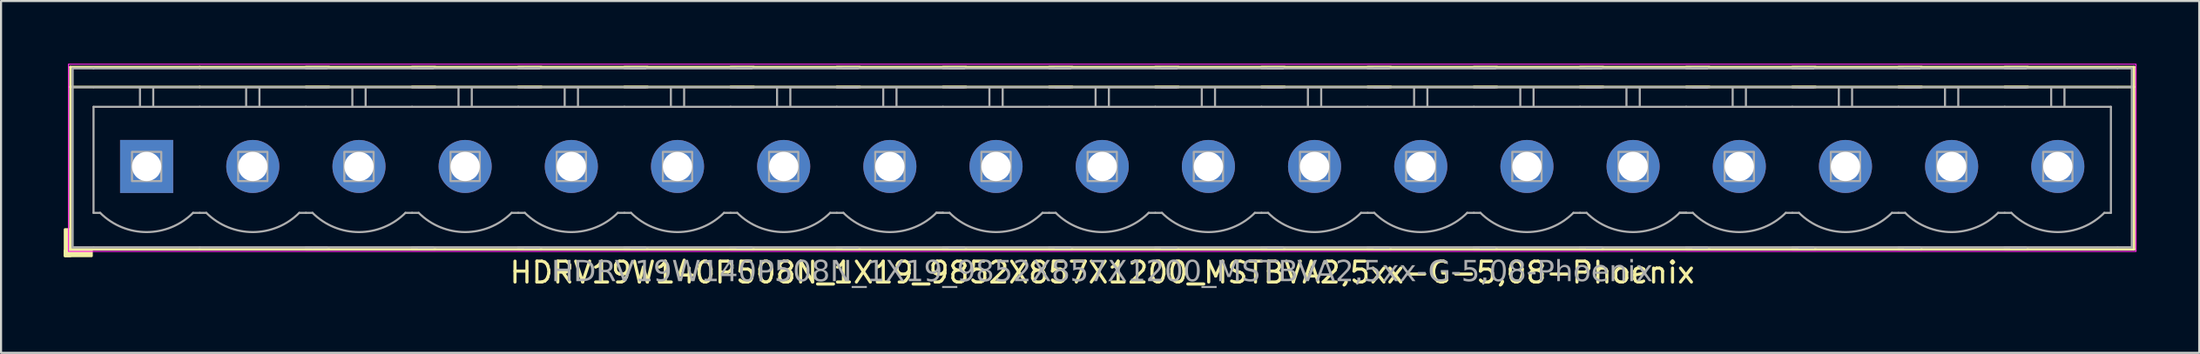
<source format=kicad_pcb>
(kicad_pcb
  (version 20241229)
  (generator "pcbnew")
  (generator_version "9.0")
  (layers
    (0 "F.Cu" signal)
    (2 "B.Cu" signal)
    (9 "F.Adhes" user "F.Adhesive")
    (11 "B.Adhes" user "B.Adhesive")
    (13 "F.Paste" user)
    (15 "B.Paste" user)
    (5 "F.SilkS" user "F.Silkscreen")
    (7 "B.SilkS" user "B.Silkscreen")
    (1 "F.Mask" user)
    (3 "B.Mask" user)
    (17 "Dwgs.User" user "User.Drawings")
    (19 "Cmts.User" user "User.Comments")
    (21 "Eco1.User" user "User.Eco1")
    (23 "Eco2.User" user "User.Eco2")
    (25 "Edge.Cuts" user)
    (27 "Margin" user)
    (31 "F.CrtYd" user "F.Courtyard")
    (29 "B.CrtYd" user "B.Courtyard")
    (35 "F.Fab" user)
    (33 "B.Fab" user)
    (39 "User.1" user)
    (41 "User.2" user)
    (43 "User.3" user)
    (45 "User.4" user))
  (footprint "HDRV19W140P508N_1X19_9852X857X1200_MSTBVA2,5xx-G-5,08-Phoenix"
    (layer "F.Cu")
    (at 49.685 4.925)
    (property "Reference" "HDRV19W140P508N_1X19_9852X857X1200_MSTBVA2,5xx-G-5,08-Phoenix" (at 0 5.08 0) (layer "F.SilkS") (effects (font (size 1 1) (thickness 0.15))))
    (attr through_hole)
    (fp_line (start -49.371 -4.763) (end -49.371 3.969) (stroke (width 0.12) (type solid)) (layer "F.SilkS"))
    (fp_line (start -49.371 -4.763) (end -43.18 -4.763) (stroke (width 0.12) (type solid)) (layer "F.SilkS"))
    (fp_line (start -49.371 -3.81) (end -43.18 -3.81) (stroke (width 0.12) (type solid)) (layer "F.SilkS"))
    (fp_line (start -49.371 3.969) (end -43.18 3.969) (stroke (width 0.12) (type solid)) (layer "F.SilkS"))
    (fp_line (start -36.989 -4.763) (end -43.18 -4.763) (stroke (width 0.12) (type solid)) (layer "F.SilkS"))
    (fp_line (start -36.989 -3.81) (end -43.18 -3.81) (stroke (width 0.12) (type solid)) (layer "F.SilkS"))
    (fp_line (start -36.989 3.969) (end -43.18 3.969) (stroke (width 0.12) (type solid)) (layer "F.SilkS"))
    (fp_line (start -31.909 -4.763) (end -38.1 -4.763) (stroke (width 0.12) (type solid)) (layer "F.SilkS"))
    (fp_line (start -31.909 -3.81) (end -38.1 -3.81) (stroke (width 0.12) (type solid)) (layer "F.SilkS"))
    (fp_line (start -31.909 3.969) (end -38.1 3.969) (stroke (width 0.12) (type solid)) (layer "F.SilkS"))
    (fp_line (start -26.829 -4.763) (end -33.02 -4.763) (stroke (width 0.12) (type solid)) (layer "F.SilkS"))
    (fp_line (start -26.829 -3.81) (end -33.02 -3.81) (stroke (width 0.12) (type solid)) (layer "F.SilkS"))
    (fp_line (start -26.829 3.969) (end -33.02 3.969) (stroke (width 0.12) (type solid)) (layer "F.SilkS"))
    (fp_line (start -21.749 -4.763) (end -27.94 -4.763) (stroke (width 0.12) (type solid)) (layer "F.SilkS"))
    (fp_line (start -21.749 -3.81) (end -27.94 -3.81) (stroke (width 0.12) (type solid)) (layer "F.SilkS"))
    (fp_line (start -21.749 3.969) (end -27.94 3.969) (stroke (width 0.12) (type solid)) (layer "F.SilkS"))
    (fp_line (start -16.669 -4.763) (end -22.86 -4.763) (stroke (width 0.12) (type solid)) (layer "F.SilkS"))
    (fp_line (start -16.669 -3.81) (end -22.86 -3.81) (stroke (width 0.12) (type solid)) (layer "F.SilkS"))
    (fp_line (start -16.669 3.969) (end -22.86 3.969) (stroke (width 0.12) (type solid)) (layer "F.SilkS"))
    (fp_line (start -11.589 -4.763) (end -17.78 -4.763) (stroke (width 0.12) (type solid)) (layer "F.SilkS"))
    (fp_line (start -11.589 -3.81) (end -17.78 -3.81) (stroke (width 0.12) (type solid)) (layer "F.SilkS"))
    (fp_line (start -11.589 3.969) (end -17.78 3.969) (stroke (width 0.12) (type solid)) (layer "F.SilkS"))
    (fp_line (start -6.509 -4.763) (end -12.7 -4.763) (stroke (width 0.12) (type solid)) (layer "F.SilkS"))
    (fp_line (start -6.509 -3.81) (end -12.7 -3.81) (stroke (width 0.12) (type solid)) (layer "F.SilkS"))
    (fp_line (start -6.509 3.969) (end -12.7 3.969) (stroke (width 0.12) (type solid)) (layer "F.SilkS"))
    (fp_line (start -1.429 -4.763) (end -7.62 -4.763) (stroke (width 0.12) (type solid)) (layer "F.SilkS"))
    (fp_line (start -1.429 -3.81) (end -7.62 -3.81) (stroke (width 0.12) (type solid)) (layer "F.SilkS"))
    (fp_line (start -1.429 3.969) (end -7.62 3.969) (stroke (width 0.12) (type solid)) (layer "F.SilkS"))
    (fp_line (start 3.651 -4.763) (end -2.54 -4.763) (stroke (width 0.12) (type solid)) (layer "F.SilkS"))
    (fp_line (start 3.651 -3.81) (end -2.54 -3.81) (stroke (width 0.12) (type solid)) (layer "F.SilkS"))
    (fp_line (start 3.651 3.969) (end -2.54 3.969) (stroke (width 0.12) (type solid)) (layer "F.SilkS"))
    (fp_line (start 8.731 -4.763) (end 2.54 -4.763) (stroke (width 0.12) (type solid)) (layer "F.SilkS"))
    (fp_line (start 8.731 -3.81) (end 2.54 -3.81) (stroke (width 0.12) (type solid)) (layer "F.SilkS"))
    (fp_line (start 8.731 3.969) (end 2.54 3.969) (stroke (width 0.12) (type solid)) (layer "F.SilkS"))
    (fp_line (start 13.811 -4.763) (end 7.62 -4.763) (stroke (width 0.12) (type solid)) (layer "F.SilkS"))
    (fp_line (start 13.811 -3.81) (end 7.62 -3.81) (stroke (width 0.12) (type solid)) (layer "F.SilkS"))
    (fp_line (start 13.811 3.969) (end 7.62 3.969) (stroke (width 0.12) (type solid)) (layer "F.SilkS"))
    (fp_line (start 18.891 -4.763) (end 12.7 -4.763) (stroke (width 0.12) (type solid)) (layer "F.SilkS"))
    (fp_line (start 18.891 -3.81) (end 12.7 -3.81) (stroke (width 0.12) (type solid)) (layer "F.SilkS"))
    (fp_line (start 18.891 3.969) (end 12.7 3.969) (stroke (width 0.12) (type solid)) (layer "F.SilkS"))
    (fp_line (start 23.971 -4.763) (end 17.78 -4.763) (stroke (width 0.12) (type solid)) (layer "F.SilkS"))
    (fp_line (start 23.971 -3.81) (end 17.78 -3.81) (stroke (width 0.12) (type solid)) (layer "F.SilkS"))
    (fp_line (start 23.971 3.969) (end 17.78 3.969) (stroke (width 0.12) (type solid)) (layer "F.SilkS"))
    (fp_line (start 29.051 -4.763) (end 22.86 -4.763) (stroke (width 0.12) (type solid)) (layer "F.SilkS"))
    (fp_line (start 29.051 -3.81) (end 22.86 -3.81) (stroke (width 0.12) (type solid)) (layer "F.SilkS"))
    (fp_line (start 29.051 3.969) (end 22.86 3.969) (stroke (width 0.12) (type solid)) (layer "F.SilkS"))
    (fp_line (start 34.131 -4.763) (end 27.94 -4.763) (stroke (width 0.12) (type solid)) (layer "F.SilkS"))
    (fp_line (start 34.131 -3.81) (end 27.94 -3.81) (stroke (width 0.12) (type solid)) (layer "F.SilkS"))
    (fp_line (start 34.131 3.969) (end 27.94 3.969) (stroke (width 0.12) (type solid)) (layer "F.SilkS"))
    (fp_line (start 39.211 -4.763) (end 33.02 -4.763) (stroke (width 0.12) (type solid)) (layer "F.SilkS"))
    (fp_line (start 39.211 -3.81) (end 33.02 -3.81) (stroke (width 0.12) (type solid)) (layer "F.SilkS"))
    (fp_line (start 39.211 3.969) (end 33.02 3.969) (stroke (width 0.12) (type solid)) (layer "F.SilkS"))
    (fp_line (start 44.291 -4.763) (end 38.1 -4.763) (stroke (width 0.12) (type solid)) (layer "F.SilkS"))
    (fp_line (start 44.291 -3.81) (end 38.1 -3.81) (stroke (width 0.12) (type solid)) (layer "F.SilkS"))
    (fp_line (start 44.291 3.969) (end 38.1 3.969) (stroke (width 0.12) (type solid)) (layer "F.SilkS"))
    (fp_line (start 49.371 -4.763) (end 43.18 -4.763) (stroke (width 0.12) (type solid)) (layer "F.SilkS"))
    (fp_line (start 49.371 -4.763) (end 49.371 3.969) (stroke (width 0.12) (type solid)) (layer "F.SilkS"))
    (fp_line (start 49.371 -3.81) (end 43.18 -3.81) (stroke (width 0.12) (type solid)) (layer "F.SilkS"))
    (fp_line (start 49.371 3.969) (end 43.18 3.969) (stroke (width 0.12) (type solid)) (layer "F.SilkS"))
    (fp_rect (start -49.371 3.016) (end -49.625 4.286) (stroke (width 0.12) (type solid)) (fill yes) (layer "F.SilkS"))
    (fp_rect (start -48.355 4.286) (end -49.625 4.032) (stroke (width 0.12) (type solid)) (fill yes) (layer "F.SilkS"))
    (fp_rect (start -49.46 -4.9) (end 49.46 4.07) (stroke (width 0.05) (type default)) (fill no) (layer "F.CrtYd"))
    (fp_line (start -49.26 -4.7) (end -49.26 3.87) (stroke (width 0.1) (type solid)) (layer "F.Fab"))
    (fp_line (start -49.26 -3.8) (end -48.26 -3.8) (stroke (width 0.1) (type solid)) (layer "F.Fab"))
    (fp_line (start -48.26 -4.7) (end -49.26 -4.7) (stroke (width 0.1) (type solid)) (layer "F.Fab"))
    (fp_line (start -48.26 -4.7) (end -43.18 -4.7) (stroke (width 0.1) (type solid)) (layer "F.Fab"))
    (fp_line (start -48.26 -2.858) (end -43.18 -2.858) (stroke (width 0.1) (type default)) (layer "F.Fab"))
    (fp_line (start -48.26 2.222) (end -48.26 -2.858) (stroke (width 0.1) (type default)) (layer "F.Fab"))
    (fp_line (start -48.26 3.87) (end -49.26 3.87) (stroke (width 0.1) (type solid)) (layer "F.Fab"))
    (fp_line (start -48.26 3.87) (end -43.18 3.87) (stroke (width 0.1) (type solid)) (layer "F.Fab"))
    (fp_line (start -47.943 2.222) (end -48.26 2.222) (stroke (width 0.1) (type default)) (layer "F.Fab"))
    (fp_line (start -46.038 -3.8) (end -46.038 -2.858) (stroke (width 0.1) (type default)) (layer "F.Fab"))
    (fp_line (start -45.403 -3.8) (end -45.403 -2.858) (stroke (width 0.1) (type default)) (layer "F.Fab"))
    (fp_line (start -43.18 -4.7) (end -37.782 -4.7) (stroke (width 0.1) (type solid)) (layer "F.Fab"))
    (fp_line (start -43.18 -3.8) (end -48.26 -3.8) (stroke (width 0.1) (type solid)) (layer "F.Fab"))
    (fp_line (start -43.18 -2.858) (end -38.1 -2.858) (stroke (width 0.1) (type default)) (layer "F.Fab"))
    (fp_line (start -43.18 2.222) (end -43.498 2.222) (stroke (width 0.1) (type default)) (layer "F.Fab"))
    (fp_line (start -43.18 3.87) (end -37.782 3.87) (stroke (width 0.1) (type solid)) (layer "F.Fab"))
    (fp_line (start -42.862 2.222) (end -43.18 2.222) (stroke (width 0.1) (type default)) (layer "F.Fab"))
    (fp_line (start -40.958 -3.8) (end -40.958 -2.858) (stroke (width 0.1) (type default)) (layer "F.Fab"))
    (fp_line (start -40.322 -3.8) (end -40.322 -2.858) (stroke (width 0.1) (type default)) (layer "F.Fab"))
    (fp_line (start -38.1 -4.7) (end -32.703 -4.7) (stroke (width 0.1) (type solid)) (layer "F.Fab"))
    (fp_line (start -38.1 -2.858) (end -33.02 -2.858) (stroke (width 0.1) (type default)) (layer "F.Fab"))
    (fp_line (start -38.1 2.222) (end -38.417 2.222) (stroke (width 0.1) (type default)) (layer "F.Fab"))
    (fp_line (start -38.1 3.87) (end -32.703 3.87) (stroke (width 0.1) (type solid)) (layer "F.Fab"))
    (fp_line (start -37.782 -4.7) (end -37.1 -4.7) (stroke (width 0.1) (type solid)) (layer "F.Fab"))
    (fp_line (start -37.782 -3.8) (end -43.18 -3.8) (stroke (width 0.1) (type solid)) (layer "F.Fab"))
    (fp_line (start -37.782 2.222) (end -38.1 2.222) (stroke (width 0.1) (type default)) (layer "F.Fab"))
    (fp_line (start -37.782 3.87) (end -37.1 3.87) (stroke (width 0.1) (type solid)) (layer "F.Fab"))
    (fp_line (start -37.1 -3.8) (end -37.782 -3.8) (stroke (width 0.1) (type solid)) (layer "F.Fab"))
    (fp_line (start -35.877 -3.8) (end -35.877 -2.858) (stroke (width 0.1) (type default)) (layer "F.Fab"))
    (fp_line (start -35.242 -3.8) (end -35.242 -2.858) (stroke (width 0.1) (type default)) (layer "F.Fab"))
    (fp_line (start -33.02 -4.7) (end -27.622 -4.7) (stroke (width 0.1) (type solid)) (layer "F.Fab"))
    (fp_line (start -33.02 -2.858) (end -27.94 -2.858) (stroke (width 0.1) (type default)) (layer "F.Fab"))
    (fp_line (start -33.02 2.222) (end -33.337 2.222) (stroke (width 0.1) (type default)) (layer "F.Fab"))
    (fp_line (start -33.02 3.87) (end -27.622 3.87) (stroke (width 0.1) (type solid)) (layer "F.Fab"))
    (fp_line (start -32.703 -4.7) (end -32.02 -4.7) (stroke (width 0.1) (type solid)) (layer "F.Fab"))
    (fp_line (start -32.703 -4.7) (end -32.02 -4.7) (stroke (width 0.1) (type solid)) (layer "F.Fab"))
    (fp_line (start -32.703 -3.8) (end -38.1 -3.8) (stroke (width 0.1) (type solid)) (layer "F.Fab"))
    (fp_line (start -32.703 2.222) (end -33.02 2.222) (stroke (width 0.1) (type default)) (layer "F.Fab"))
    (fp_line (start -32.703 3.87) (end -32.02 3.87) (stroke (width 0.1) (type solid)) (layer "F.Fab"))
    (fp_line (start -32.703 3.87) (end -32.02 3.87) (stroke (width 0.1) (type solid)) (layer "F.Fab"))
    (fp_line (start -32.02 -3.8) (end -32.703 -3.8) (stroke (width 0.1) (type solid)) (layer "F.Fab"))
    (fp_line (start -32.02 -3.8) (end -32.703 -3.8) (stroke (width 0.1) (type solid)) (layer "F.Fab"))
    (fp_line (start -30.797 -3.8) (end -30.797 -2.858) (stroke (width 0.1) (type default)) (layer "F.Fab"))
    (fp_line (start -30.163 -3.8) (end -30.163 -2.858) (stroke (width 0.1) (type default)) (layer "F.Fab"))
    (fp_line (start -27.94 -4.7) (end -22.543 -4.7) (stroke (width 0.1) (type solid)) (layer "F.Fab"))
    (fp_line (start -27.94 -2.858) (end -22.86 -2.858) (stroke (width 0.1) (type default)) (layer "F.Fab"))
    (fp_line (start -27.94 2.222) (end -28.258 2.222) (stroke (width 0.1) (type default)) (layer "F.Fab"))
    (fp_line (start -27.94 3.87) (end -22.543 3.87) (stroke (width 0.1) (type solid)) (layer "F.Fab"))
    (fp_line (start -27.622 -4.7) (end -26.94 -4.7) (stroke (width 0.1) (type solid)) (layer "F.Fab"))
    (fp_line (start -27.622 -4.7) (end -26.94 -4.7) (stroke (width 0.1) (type solid)) (layer "F.Fab"))
    (fp_line (start -27.622 -4.7) (end -26.94 -4.7) (stroke (width 0.1) (type solid)) (layer "F.Fab"))
    (fp_line (start -27.622 -3.8) (end -33.02 -3.8) (stroke (width 0.1) (type solid)) (layer "F.Fab"))
    (fp_line (start -27.622 2.222) (end -27.94 2.222) (stroke (width 0.1) (type default)) (layer "F.Fab"))
    (fp_line (start -27.622 3.87) (end -26.94 3.87) (stroke (width 0.1) (type solid)) (layer "F.Fab"))
    (fp_line (start -27.622 3.87) (end -26.94 3.87) (stroke (width 0.1) (type solid)) (layer "F.Fab"))
    (fp_line (start -27.622 3.87) (end -26.94 3.87) (stroke (width 0.1) (type solid)) (layer "F.Fab"))
    (fp_line (start -26.94 -3.8) (end -27.622 -3.8) (stroke (width 0.1) (type solid)) (layer "F.Fab"))
    (fp_line (start -26.94 -3.8) (end -27.622 -3.8) (stroke (width 0.1) (type solid)) (layer "F.Fab"))
    (fp_line (start -26.94 -3.8) (end -27.622 -3.8) (stroke (width 0.1) (type solid)) (layer "F.Fab"))
    (fp_line (start -25.718 -3.8) (end -25.718 -2.858) (stroke (width 0.1) (type default)) (layer "F.Fab"))
    (fp_line (start -25.082 -3.8) (end -25.082 -2.858) (stroke (width 0.1) (type default)) (layer "F.Fab"))
    (fp_line (start -22.86 -4.7) (end -17.462 -4.7) (stroke (width 0.1) (type solid)) (layer "F.Fab"))
    (fp_line (start -22.86 -2.858) (end -17.78 -2.858) (stroke (width 0.1) (type default)) (layer "F.Fab"))
    (fp_line (start -22.86 2.222) (end -23.177 2.222) (stroke (width 0.1) (type default)) (layer "F.Fab"))
    (fp_line (start -22.86 3.87) (end -17.462 3.87) (stroke (width 0.1) (type solid)) (layer "F.Fab"))
    (fp_line (start -22.543 -4.7) (end -21.86 -4.7) (stroke (width 0.1) (type solid)) (layer "F.Fab"))
    (fp_line (start -22.543 -4.7) (end -21.86 -4.7) (stroke (width 0.1) (type solid)) (layer "F.Fab"))
    (fp_line (start -22.543 -4.7) (end -21.86 -4.7) (stroke (width 0.1) (type solid)) (layer "F.Fab"))
    (fp_line (start -22.543 -4.7) (end -21.86 -4.7) (stroke (width 0.1) (type solid)) (layer "F.Fab"))
    (fp_line (start -22.543 -3.8) (end -27.94 -3.8) (stroke (width 0.1) (type solid)) (layer "F.Fab"))
    (fp_line (start -22.543 2.222) (end -22.86 2.222) (stroke (width 0.1) (type default)) (layer "F.Fab"))
    (fp_line (start -22.543 3.87) (end -21.86 3.87) (stroke (width 0.1) (type solid)) (layer "F.Fab"))
    (fp_line (start -22.543 3.87) (end -21.86 3.87) (stroke (width 0.1) (type solid)) (layer "F.Fab"))
    (fp_line (start -22.543 3.87) (end -21.86 3.87) (stroke (width 0.1) (type solid)) (layer "F.Fab"))
    (fp_line (start -22.543 3.87) (end -21.86 3.87) (stroke (width 0.1) (type solid)) (layer "F.Fab"))
    (fp_line (start -21.86 -3.8) (end -22.543 -3.8) (stroke (width 0.1) (type solid)) (layer "F.Fab"))
    (fp_line (start -21.86 -3.8) (end -22.543 -3.8) (stroke (width 0.1) (type solid)) (layer "F.Fab"))
    (fp_line (start -21.86 -3.8) (end -22.543 -3.8) (stroke (width 0.1) (type solid)) (layer "F.Fab"))
    (fp_line (start -21.86 -3.8) (end -22.543 -3.8) (stroke (width 0.1) (type solid)) (layer "F.Fab"))
    (fp_line (start -20.637 -3.8) (end -20.637 -2.858) (stroke (width 0.1) (type default)) (layer "F.Fab"))
    (fp_line (start -20.003 -3.8) (end -20.003 -2.858) (stroke (width 0.1) (type default)) (layer "F.Fab"))
    (fp_line (start -17.78 -4.7) (end -12.383 -4.7) (stroke (width 0.1) (type solid)) (layer "F.Fab"))
    (fp_line (start -17.78 -2.858) (end -12.7 -2.858) (stroke (width 0.1) (type default)) (layer "F.Fab"))
    (fp_line (start -17.78 2.222) (end -18.098 2.222) (stroke (width 0.1) (type default)) (layer "F.Fab"))
    (fp_line (start -17.78 3.87) (end -12.383 3.87) (stroke (width 0.1) (type solid)) (layer "F.Fab"))
    (fp_line (start -17.462 -4.7) (end -16.78 -4.7) (stroke (width 0.1) (type solid)) (layer "F.Fab"))
    (fp_line (start -17.462 -4.7) (end -16.78 -4.7) (stroke (width 0.1) (type solid)) (layer "F.Fab"))
    (fp_line (start -17.462 -4.7) (end -16.78 -4.7) (stroke (width 0.1) (type solid)) (layer "F.Fab"))
    (fp_line (start -17.462 -4.7) (end -16.78 -4.7) (stroke (width 0.1) (type solid)) (layer "F.Fab"))
    (fp_line (start -17.462 -4.7) (end -16.78 -4.7) (stroke (width 0.1) (type solid)) (layer "F.Fab"))
    (fp_line (start -17.462 -3.8) (end -22.86 -3.8) (stroke (width 0.1) (type solid)) (layer "F.Fab"))
    (fp_line (start -17.462 2.222) (end -17.78 2.222) (stroke (width 0.1) (type default)) (layer "F.Fab"))
    (fp_line (start -17.462 3.87) (end -16.78 3.87) (stroke (width 0.1) (type solid)) (layer "F.Fab"))
    (fp_line (start -17.462 3.87) (end -16.78 3.87) (stroke (width 0.1) (type solid)) (layer "F.Fab"))
    (fp_line (start -17.462 3.87) (end -16.78 3.87) (stroke (width 0.1) (type solid)) (layer "F.Fab"))
    (fp_line (start -17.462 3.87) (end -16.78 3.87) (stroke (width 0.1) (type solid)) (layer "F.Fab"))
    (fp_line (start -17.462 3.87) (end -16.78 3.87) (stroke (width 0.1) (type solid)) (layer "F.Fab"))
    (fp_line (start -16.78 -3.8) (end -17.462 -3.8) (stroke (width 0.1) (type solid)) (layer "F.Fab"))
    (fp_line (start -16.78 -3.8) (end -17.462 -3.8) (stroke (width 0.1) (type solid)) (layer "F.Fab"))
    (fp_line (start -16.78 -3.8) (end -17.462 -3.8) (stroke (width 0.1) (type solid)) (layer "F.Fab"))
    (fp_line (start -16.78 -3.8) (end -17.462 -3.8) (stroke (width 0.1) (type solid)) (layer "F.Fab"))
    (fp_line (start -16.78 -3.8) (end -17.462 -3.8) (stroke (width 0.1) (type solid)) (layer "F.Fab"))
    (fp_line (start -15.557 -3.8) (end -15.557 -2.858) (stroke (width 0.1) (type default)) (layer "F.Fab"))
    (fp_line (start -14.922 -3.8) (end -14.922 -2.858) (stroke (width 0.1) (type default)) (layer "F.Fab"))
    (fp_line (start -12.7 -4.7) (end -7.303 -4.7) (stroke (width 0.1) (type solid)) (layer "F.Fab"))
    (fp_line (start -12.7 -2.858) (end -7.62 -2.858) (stroke (width 0.1) (type default)) (layer "F.Fab"))
    (fp_line (start -12.7 2.222) (end -13.018 2.222) (stroke (width 0.1) (type default)) (layer "F.Fab"))
    (fp_line (start -12.7 3.87) (end -7.303 3.87) (stroke (width 0.1) (type solid)) (layer "F.Fab"))
    (fp_line (start -12.383 -4.7) (end -11.7 -4.7) (stroke (width 0.1) (type solid)) (layer "F.Fab"))
    (fp_line (start -12.383 -4.7) (end -11.7 -4.7) (stroke (width 0.1) (type solid)) (layer "F.Fab"))
    (fp_line (start -12.383 -4.7) (end -11.7 -4.7) (stroke (width 0.1) (type solid)) (layer "F.Fab"))
    (fp_line (start -12.383 -4.7) (end -11.7 -4.7) (stroke (width 0.1) (type solid)) (layer "F.Fab"))
    (fp_line (start -12.383 -4.7) (end -11.7 -4.7) (stroke (width 0.1) (type solid)) (layer "F.Fab"))
    (fp_line (start -12.383 -4.7) (end -11.7 -4.7) (stroke (width 0.1) (type solid)) (layer "F.Fab"))
    (fp_line (start -12.383 -3.8) (end -17.78 -3.8) (stroke (width 0.1) (type solid)) (layer "F.Fab"))
    (fp_line (start -12.383 2.222) (end -12.7 2.222) (stroke (width 0.1) (type default)) (layer "F.Fab"))
    (fp_line (start -12.383 3.87) (end -11.7 3.87) (stroke (width 0.1) (type solid)) (layer "F.Fab"))
    (fp_line (start -12.383 3.87) (end -11.7 3.87) (stroke (width 0.1) (type solid)) (layer "F.Fab"))
    (fp_line (start -12.383 3.87) (end -11.7 3.87) (stroke (width 0.1) (type solid)) (layer "F.Fab"))
    (fp_line (start -12.383 3.87) (end -11.7 3.87) (stroke (width 0.1) (type solid)) (layer "F.Fab"))
    (fp_line (start -12.383 3.87) (end -11.7 3.87) (stroke (width 0.1) (type solid)) (layer "F.Fab"))
    (fp_line (start -12.383 3.87) (end -11.7 3.87) (stroke (width 0.1) (type solid)) (layer "F.Fab"))
    (fp_line (start -11.7 -3.8) (end -12.383 -3.8) (stroke (width 0.1) (type solid)) (layer "F.Fab"))
    (fp_line (start -11.7 -3.8) (end -12.383 -3.8) (stroke (width 0.1) (type solid)) (layer "F.Fab"))
    (fp_line (start -11.7 -3.8) (end -12.383 -3.8) (stroke (width 0.1) (type solid)) (layer "F.Fab"))
    (fp_line (start -11.7 -3.8) (end -12.383 -3.8) (stroke (width 0.1) (type solid)) (layer "F.Fab"))
    (fp_line (start -11.7 -3.8) (end -12.383 -3.8) (stroke (width 0.1) (type solid)) (layer "F.Fab"))
    (fp_line (start -11.7 -3.8) (end -12.383 -3.8) (stroke (width 0.1) (type solid)) (layer "F.Fab"))
    (fp_line (start -10.477 -3.8) (end -10.477 -2.858) (stroke (width 0.1) (type default)) (layer "F.Fab"))
    (fp_line (start -9.842 -3.8) (end -9.842 -2.858) (stroke (width 0.1) (type default)) (layer "F.Fab"))
    (fp_line (start -7.62 -4.7) (end -2.223 -4.7) (stroke (width 0.1) (type solid)) (layer "F.Fab"))
    (fp_line (start -7.62 -2.858) (end -2.54 -2.858) (stroke (width 0.1) (type default)) (layer "F.Fab"))
    (fp_line (start -7.62 2.222) (end -7.938 2.222) (stroke (width 0.1) (type default)) (layer "F.Fab"))
    (fp_line (start -7.62 2.222) (end -7.938 2.222) (stroke (width 0.1) (type default)) (layer "F.Fab"))
    (fp_line (start -7.62 3.87) (end -2.223 3.87) (stroke (width 0.1) (type solid)) (layer "F.Fab"))
    (fp_line (start -7.303 -4.7) (end -6.62 -4.7) (stroke (width 0.1) (type solid)) (layer "F.Fab"))
    (fp_line (start -7.303 -4.7) (end -6.62 -4.7) (stroke (width 0.1) (type solid)) (layer "F.Fab"))
    (fp_line (start -7.303 -4.7) (end -6.62 -4.7) (stroke (width 0.1) (type solid)) (layer "F.Fab"))
    (fp_line (start -7.303 -4.7) (end -6.62 -4.7) (stroke (width 0.1) (type solid)) (layer "F.Fab"))
    (fp_line (start -7.303 -4.7) (end -6.62 -4.7) (stroke (width 0.1) (type solid)) (layer "F.Fab"))
    (fp_line (start -7.303 -4.7) (end -6.62 -4.7) (stroke (width 0.1) (type solid)) (layer "F.Fab"))
    (fp_line (start -7.303 -4.7) (end -6.62 -4.7) (stroke (width 0.1) (type solid)) (layer "F.Fab"))
    (fp_line (start -7.303 -3.8) (end -12.7 -3.8) (stroke (width 0.1) (type solid)) (layer "F.Fab"))
    (fp_line (start -7.303 2.222) (end -7.62 2.222) (stroke (width 0.1) (type default)) (layer "F.Fab"))
    (fp_line (start -7.303 3.87) (end -6.62 3.87) (stroke (width 0.1) (type solid)) (layer "F.Fab"))
    (fp_line (start -7.303 3.87) (end -6.62 3.87) (stroke (width 0.1) (type solid)) (layer "F.Fab"))
    (fp_line (start -7.303 3.87) (end -6.62 3.87) (stroke (width 0.1) (type solid)) (layer "F.Fab"))
    (fp_line (start -7.303 3.87) (end -6.62 3.87) (stroke (width 0.1) (type solid)) (layer "F.Fab"))
    (fp_line (start -7.303 3.87) (end -6.62 3.87) (stroke (width 0.1) (type solid)) (layer "F.Fab"))
    (fp_line (start -7.303 3.87) (end -6.62 3.87) (stroke (width 0.1) (type solid)) (layer "F.Fab"))
    (fp_line (start -7.303 3.87) (end -6.62 3.87) (stroke (width 0.1) (type solid)) (layer "F.Fab"))
    (fp_line (start -6.62 -3.8) (end -7.303 -3.8) (stroke (width 0.1) (type solid)) (layer "F.Fab"))
    (fp_line (start -6.62 -3.8) (end -7.303 -3.8) (stroke (width 0.1) (type solid)) (layer "F.Fab"))
    (fp_line (start -6.62 -3.8) (end -7.303 -3.8) (stroke (width 0.1) (type solid)) (layer "F.Fab"))
    (fp_line (start -6.62 -3.8) (end -7.303 -3.8) (stroke (width 0.1) (type solid)) (layer "F.Fab"))
    (fp_line (start -6.62 -3.8) (end -7.303 -3.8) (stroke (width 0.1) (type solid)) (layer "F.Fab"))
    (fp_line (start -6.62 -3.8) (end -7.303 -3.8) (stroke (width 0.1) (type solid)) (layer "F.Fab"))
    (fp_line (start -6.62 -3.8) (end -7.303 -3.8) (stroke (width 0.1) (type solid)) (layer "F.Fab"))
    (fp_line (start -5.397 -3.8) (end -5.397 -2.858) (stroke (width 0.1) (type default)) (layer "F.Fab"))
    (fp_line (start -4.763 -3.8) (end -4.763 -2.858) (stroke (width 0.1) (type default)) (layer "F.Fab"))
    (fp_line (start -2.54 -4.7) (end 2.857 -4.7) (stroke (width 0.1) (type solid)) (layer "F.Fab"))
    (fp_line (start -2.54 -2.858) (end 2.54 -2.858) (stroke (width 0.1) (type default)) (layer "F.Fab"))
    (fp_line (start -2.54 2.222) (end -2.857 2.222) (stroke (width 0.1) (type default)) (layer "F.Fab"))
    (fp_line (start -2.54 3.87) (end 2.857 3.87) (stroke (width 0.1) (type solid)) (layer "F.Fab"))
    (fp_line (start -2.223 -4.7) (end -1.54 -4.7) (stroke (width 0.1) (type solid)) (layer "F.Fab"))
    (fp_line (start -2.223 -4.7) (end -1.54 -4.7) (stroke (width 0.1) (type solid)) (layer "F.Fab"))
    (fp_line (start -2.223 -4.7) (end -1.54 -4.7) (stroke (width 0.1) (type solid)) (layer "F.Fab"))
    (fp_line (start -2.223 -4.7) (end -1.54 -4.7) (stroke (width 0.1) (type solid)) (layer "F.Fab"))
    (fp_line (start -2.223 -4.7) (end -1.54 -4.7) (stroke (width 0.1) (type solid)) (layer "F.Fab"))
    (fp_line (start -2.223 -4.7) (end -1.54 -4.7) (stroke (width 0.1) (type solid)) (layer "F.Fab"))
    (fp_line (start -2.223 -4.7) (end -1.54 -4.7) (stroke (width 0.1) (type solid)) (layer "F.Fab"))
    (fp_line (start -2.223 -4.7) (end -1.54 -4.7) (stroke (width 0.1) (type solid)) (layer "F.Fab"))
    (fp_line (start -2.223 -3.8) (end -7.62 -3.8) (stroke (width 0.1) (type solid)) (layer "F.Fab"))
    (fp_line (start -2.223 2.222) (end -2.54 2.222) (stroke (width 0.1) (type default)) (layer "F.Fab"))
    (fp_line (start -2.223 3.87) (end -1.54 3.87) (stroke (width 0.1) (type solid)) (layer "F.Fab"))
    (fp_line (start -2.223 3.87) (end -1.54 3.87) (stroke (width 0.1) (type solid)) (layer "F.Fab"))
    (fp_line (start -2.223 3.87) (end -1.54 3.87) (stroke (width 0.1) (type solid)) (layer "F.Fab"))
    (fp_line (start -2.223 3.87) (end -1.54 3.87) (stroke (width 0.1) (type solid)) (layer "F.Fab"))
    (fp_line (start -2.223 3.87) (end -1.54 3.87) (stroke (width 0.1) (type solid)) (layer "F.Fab"))
    (fp_line (start -2.223 3.87) (end -1.54 3.87) (stroke (width 0.1) (type solid)) (layer "F.Fab"))
    (fp_line (start -2.223 3.87) (end -1.54 3.87) (stroke (width 0.1) (type solid)) (layer "F.Fab"))
    (fp_line (start -2.223 3.87) (end -1.54 3.87) (stroke (width 0.1) (type solid)) (layer "F.Fab"))
    (fp_line (start -1.54 -3.8) (end -2.223 -3.8) (stroke (width 0.1) (type solid)) (layer "F.Fab"))
    (fp_line (start -1.54 -3.8) (end -2.223 -3.8) (stroke (width 0.1) (type solid)) (layer "F.Fab"))
    (fp_line (start -1.54 -3.8) (end -2.223 -3.8) (stroke (width 0.1) (type solid)) (layer "F.Fab"))
    (fp_line (start -1.54 -3.8) (end -2.223 -3.8) (stroke (width 0.1) (type solid)) (layer "F.Fab"))
    (fp_line (start -1.54 -3.8) (end -2.223 -3.8) (stroke (width 0.1) (type solid)) (layer "F.Fab"))
    (fp_line (start -1.54 -3.8) (end -2.223 -3.8) (stroke (width 0.1) (type solid)) (layer "F.Fab"))
    (fp_line (start -1.54 -3.8) (end -2.223 -3.8) (stroke (width 0.1) (type solid)) (layer "F.Fab"))
    (fp_line (start -1.54 -3.8) (end -2.223 -3.8) (stroke (width 0.1) (type solid)) (layer "F.Fab"))
    (fp_line (start -0.318 -3.8) (end -0.318 -2.858) (stroke (width 0.1) (type default)) (layer "F.Fab"))
    (fp_line (start 0.318 -3.8) (end 0.318 -2.858) (stroke (width 0.1) (type default)) (layer "F.Fab"))
    (fp_line (start 2.54 -4.7) (end 7.938 -4.7) (stroke (width 0.1) (type solid)) (layer "F.Fab"))
    (fp_line (start 2.54 -2.858) (end 7.62 -2.858) (stroke (width 0.1) (type default)) (layer "F.Fab"))
    (fp_line (start 2.54 2.222) (end 2.223 2.222) (stroke (width 0.1) (type default)) (layer "F.Fab"))
    (fp_line (start 2.54 3.87) (end 7.938 3.87) (stroke (width 0.1) (type solid)) (layer "F.Fab"))
    (fp_line (start 2.857 -4.7) (end 3.54 -4.7) (stroke (width 0.1) (type solid)) (layer "F.Fab"))
    (fp_line (start 2.857 -4.7) (end 3.54 -4.7) (stroke (width 0.1) (type solid)) (layer "F.Fab"))
    (fp_line (start 2.857 -4.7) (end 3.54 -4.7) (stroke (width 0.1) (type solid)) (layer "F.Fab"))
    (fp_line (start 2.857 -4.7) (end 3.54 -4.7) (stroke (width 0.1) (type solid)) (layer "F.Fab"))
    (fp_line (start 2.857 -4.7) (end 3.54 -4.7) (stroke (width 0.1) (type solid)) (layer "F.Fab"))
    (fp_line (start 2.857 -4.7) (end 3.54 -4.7) (stroke (width 0.1) (type solid)) (layer "F.Fab"))
    (fp_line (start 2.857 -4.7) (end 3.54 -4.7) (stroke (width 0.1) (type solid)) (layer "F.Fab"))
    (fp_line (start 2.857 -4.7) (end 3.54 -4.7) (stroke (width 0.1) (type solid)) (layer "F.Fab"))
    (fp_line (start 2.857 -4.7) (end 3.54 -4.7) (stroke (width 0.1) (type solid)) (layer "F.Fab"))
    (fp_line (start 2.857 -3.8) (end -2.54 -3.8) (stroke (width 0.1) (type solid)) (layer "F.Fab"))
    (fp_line (start 2.857 2.222) (end 2.54 2.222) (stroke (width 0.1) (type default)) (layer "F.Fab"))
    (fp_line (start 2.857 3.87) (end 3.54 3.87) (stroke (width 0.1) (type solid)) (layer "F.Fab"))
    (fp_line (start 2.857 3.87) (end 3.54 3.87) (stroke (width 0.1) (type solid)) (layer "F.Fab"))
    (fp_line (start 2.857 3.87) (end 3.54 3.87) (stroke (width 0.1) (type solid)) (layer "F.Fab"))
    (fp_line (start 2.857 3.87) (end 3.54 3.87) (stroke (width 0.1) (type solid)) (layer "F.Fab"))
    (fp_line (start 2.857 3.87) (end 3.54 3.87) (stroke (width 0.1) (type solid)) (layer "F.Fab"))
    (fp_line (start 2.857 3.87) (end 3.54 3.87) (stroke (width 0.1) (type solid)) (layer "F.Fab"))
    (fp_line (start 2.857 3.87) (end 3.54 3.87) (stroke (width 0.1) (type solid)) (layer "F.Fab"))
    (fp_line (start 2.857 3.87) (end 3.54 3.87) (stroke (width 0.1) (type solid)) (layer "F.Fab"))
    (fp_line (start 2.857 3.87) (end 3.54 3.87) (stroke (width 0.1) (type solid)) (layer "F.Fab"))
    (fp_line (start 3.54 -3.8) (end 2.857 -3.8) (stroke (width 0.1) (type solid)) (layer "F.Fab"))
    (fp_line (start 3.54 -3.8) (end 2.857 -3.8) (stroke (width 0.1) (type solid)) (layer "F.Fab"))
    (fp_line (start 3.54 -3.8) (end 2.857 -3.8) (stroke (width 0.1) (type solid)) (layer "F.Fab"))
    (fp_line (start 3.54 -3.8) (end 2.857 -3.8) (stroke (width 0.1) (type solid)) (layer "F.Fab"))
    (fp_line (start 3.54 -3.8) (end 2.857 -3.8) (stroke (width 0.1) (type solid)) (layer "F.Fab"))
    (fp_line (start 3.54 -3.8) (end 2.857 -3.8) (stroke (width 0.1) (type solid)) (layer "F.Fab"))
    (fp_line (start 3.54 -3.8) (end 2.857 -3.8) (stroke (width 0.1) (type solid)) (layer "F.Fab"))
    (fp_line (start 3.54 -3.8) (end 2.857 -3.8) (stroke (width 0.1) (type solid)) (layer "F.Fab"))
    (fp_line (start 3.54 -3.8) (end 2.857 -3.8) (stroke (width 0.1) (type solid)) (layer "F.Fab"))
    (fp_line (start 4.763 -3.8) (end 4.763 -2.858) (stroke (width 0.1) (type default)) (layer "F.Fab"))
    (fp_line (start 5.397 -3.8) (end 5.397 -2.858) (stroke (width 0.1) (type default)) (layer "F.Fab"))
    (fp_line (start 7.62 -4.7) (end 13.018 -4.7) (stroke (width 0.1) (type solid)) (layer "F.Fab"))
    (fp_line (start 7.62 -2.858) (end 12.7 -2.858) (stroke (width 0.1) (type default)) (layer "F.Fab"))
    (fp_line (start 7.62 2.222) (end 7.303 2.222) (stroke (width 0.1) (type default)) (layer "F.Fab"))
    (fp_line (start 7.62 3.87) (end 13.018 3.87) (stroke (width 0.1) (type solid)) (layer "F.Fab"))
    (fp_line (start 7.938 -4.7) (end 8.62 -4.7) (stroke (width 0.1) (type solid)) (layer "F.Fab"))
    (fp_line (start 7.938 -4.7) (end 8.62 -4.7) (stroke (width 0.1) (type solid)) (layer "F.Fab"))
    (fp_line (start 7.938 -4.7) (end 8.62 -4.7) (stroke (width 0.1) (type solid)) (layer "F.Fab"))
    (fp_line (start 7.938 -4.7) (end 8.62 -4.7) (stroke (width 0.1) (type solid)) (layer "F.Fab"))
    (fp_line (start 7.938 -4.7) (end 8.62 -4.7) (stroke (width 0.1) (type solid)) (layer "F.Fab"))
    (fp_line (start 7.938 -4.7) (end 8.62 -4.7) (stroke (width 0.1) (type solid)) (layer "F.Fab"))
    (fp_line (start 7.938 -4.7) (end 8.62 -4.7) (stroke (width 0.1) (type solid)) (layer "F.Fab"))
    (fp_line (start 7.938 -4.7) (end 8.62 -4.7) (stroke (width 0.1) (type solid)) (layer "F.Fab"))
    (fp_line (start 7.938 -4.7) (end 8.62 -4.7) (stroke (width 0.1) (type solid)) (layer "F.Fab"))
    (fp_line (start 7.938 -4.7) (end 8.62 -4.7) (stroke (width 0.1) (type solid)) (layer "F.Fab"))
    (fp_line (start 7.938 -3.8) (end 2.54 -3.8) (stroke (width 0.1) (type solid)) (layer "F.Fab"))
    (fp_line (start 7.938 2.222) (end 7.62 2.222) (stroke (width 0.1) (type default)) (layer "F.Fab"))
    (fp_line (start 7.938 3.87) (end 8.62 3.87) (stroke (width 0.1) (type solid)) (layer "F.Fab"))
    (fp_line (start 7.938 3.87) (end 8.62 3.87) (stroke (width 0.1) (type solid)) (layer "F.Fab"))
    (fp_line (start 7.938 3.87) (end 8.62 3.87) (stroke (width 0.1) (type solid)) (layer "F.Fab"))
    (fp_line (start 7.938 3.87) (end 8.62 3.87) (stroke (width 0.1) (type solid)) (layer "F.Fab"))
    (fp_line (start 7.938 3.87) (end 8.62 3.87) (stroke (width 0.1) (type solid)) (layer "F.Fab"))
    (fp_line (start 7.938 3.87) (end 8.62 3.87) (stroke (width 0.1) (type solid)) (layer "F.Fab"))
    (fp_line (start 7.938 3.87) (end 8.62 3.87) (stroke (width 0.1) (type solid)) (layer "F.Fab"))
    (fp_line (start 7.938 3.87) (end 8.62 3.87) (stroke (width 0.1) (type solid)) (layer "F.Fab"))
    (fp_line (start 7.938 3.87) (end 8.62 3.87) (stroke (width 0.1) (type solid)) (layer "F.Fab"))
    (fp_line (start 7.938 3.87) (end 8.62 3.87) (stroke (width 0.1) (type solid)) (layer "F.Fab"))
    (fp_line (start 8.62 -3.8) (end 7.938 -3.8) (stroke (width 0.1) (type solid)) (layer "F.Fab"))
    (fp_line (start 8.62 -3.8) (end 7.938 -3.8) (stroke (width 0.1) (type solid)) (layer "F.Fab"))
    (fp_line (start 8.62 -3.8) (end 7.938 -3.8) (stroke (width 0.1) (type solid)) (layer "F.Fab"))
    (fp_line (start 8.62 -3.8) (end 7.938 -3.8) (stroke (width 0.1) (type solid)) (layer "F.Fab"))
    (fp_line (start 8.62 -3.8) (end 7.938 -3.8) (stroke (width 0.1) (type solid)) (layer "F.Fab"))
    (fp_line (start 8.62 -3.8) (end 7.938 -3.8) (stroke (width 0.1) (type solid)) (layer "F.Fab"))
    (fp_line (start 8.62 -3.8) (end 7.938 -3.8) (stroke (width 0.1) (type solid)) (layer "F.Fab"))
    (fp_line (start 8.62 -3.8) (end 7.938 -3.8) (stroke (width 0.1) (type solid)) (layer "F.Fab"))
    (fp_line (start 8.62 -3.8) (end 7.938 -3.8) (stroke (width 0.1) (type solid)) (layer "F.Fab"))
    (fp_line (start 8.62 -3.8) (end 7.938 -3.8) (stroke (width 0.1) (type solid)) (layer "F.Fab"))
    (fp_line (start 9.842 -3.8) (end 9.842 -2.858) (stroke (width 0.1) (type default)) (layer "F.Fab"))
    (fp_line (start 10.477 -3.8) (end 10.477 -2.858) (stroke (width 0.1) (type default)) (layer "F.Fab"))
    (fp_line (start 12.7 -4.7) (end 18.098 -4.7) (stroke (width 0.1) (type solid)) (layer "F.Fab"))
    (fp_line (start 12.7 -2.858) (end 17.78 -2.858) (stroke (width 0.1) (type default)) (layer "F.Fab"))
    (fp_line (start 12.7 2.222) (end 12.383 2.222) (stroke (width 0.1) (type default)) (layer "F.Fab"))
    (fp_line (start 12.7 3.87) (end 18.098 3.87) (stroke (width 0.1) (type solid)) (layer "F.Fab"))
    (fp_line (start 13.018 -4.7) (end 13.7 -4.7) (stroke (width 0.1) (type solid)) (layer "F.Fab"))
    (fp_line (start 13.018 -4.7) (end 13.7 -4.7) (stroke (width 0.1) (type solid)) (layer "F.Fab"))
    (fp_line (start 13.018 -4.7) (end 13.7 -4.7) (stroke (width 0.1) (type solid)) (layer "F.Fab"))
    (fp_line (start 13.018 -4.7) (end 13.7 -4.7) (stroke (width 0.1) (type solid)) (layer "F.Fab"))
    (fp_line (start 13.018 -4.7) (end 13.7 -4.7) (stroke (width 0.1) (type solid)) (layer "F.Fab"))
    (fp_line (start 13.018 -4.7) (end 13.7 -4.7) (stroke (width 0.1) (type solid)) (layer "F.Fab"))
    (fp_line (start 13.018 -4.7) (end 13.7 -4.7) (stroke (width 0.1) (type solid)) (layer "F.Fab"))
    (fp_line (start 13.018 -4.7) (end 13.7 -4.7) (stroke (width 0.1) (type solid)) (layer "F.Fab"))
    (fp_line (start 13.018 -4.7) (end 13.7 -4.7) (stroke (width 0.1) (type solid)) (layer "F.Fab"))
    (fp_line (start 13.018 -4.7) (end 13.7 -4.7) (stroke (width 0.1) (type solid)) (layer "F.Fab"))
    (fp_line (start 13.018 -4.7) (end 13.7 -4.7) (stroke (width 0.1) (type solid)) (layer "F.Fab"))
    (fp_line (start 13.018 -3.8) (end 7.62 -3.8) (stroke (width 0.1) (type solid)) (layer "F.Fab"))
    (fp_line (start 13.018 2.222) (end 12.7 2.222) (stroke (width 0.1) (type default)) (layer "F.Fab"))
    (fp_line (start 13.018 3.87) (end 13.7 3.87) (stroke (width 0.1) (type solid)) (layer "F.Fab"))
    (fp_line (start 13.018 3.87) (end 13.7 3.87) (stroke (width 0.1) (type solid)) (layer "F.Fab"))
    (fp_line (start 13.018 3.87) (end 13.7 3.87) (stroke (width 0.1) (type solid)) (layer "F.Fab"))
    (fp_line (start 13.018 3.87) (end 13.7 3.87) (stroke (width 0.1) (type solid)) (layer "F.Fab"))
    (fp_line (start 13.018 3.87) (end 13.7 3.87) (stroke (width 0.1) (type solid)) (layer "F.Fab"))
    (fp_line (start 13.018 3.87) (end 13.7 3.87) (stroke (width 0.1) (type solid)) (layer "F.Fab"))
    (fp_line (start 13.018 3.87) (end 13.7 3.87) (stroke (width 0.1) (type solid)) (layer "F.Fab"))
    (fp_line (start 13.018 3.87) (end 13.7 3.87) (stroke (width 0.1) (type solid)) (layer "F.Fab"))
    (fp_line (start 13.018 3.87) (end 13.7 3.87) (stroke (width 0.1) (type solid)) (layer "F.Fab"))
    (fp_line (start 13.018 3.87) (end 13.7 3.87) (stroke (width 0.1) (type solid)) (layer "F.Fab"))
    (fp_line (start 13.018 3.87) (end 13.7 3.87) (stroke (width 0.1) (type solid)) (layer "F.Fab"))
    (fp_line (start 13.7 -3.8) (end 13.018 -3.8) (stroke (width 0.1) (type solid)) (layer "F.Fab"))
    (fp_line (start 13.7 -3.8) (end 13.018 -3.8) (stroke (width 0.1) (type solid)) (layer "F.Fab"))
    (fp_line (start 13.7 -3.8) (end 13.018 -3.8) (stroke (width 0.1) (type solid)) (layer "F.Fab"))
    (fp_line (start 13.7 -3.8) (end 13.018 -3.8) (stroke (width 0.1) (type solid)) (layer "F.Fab"))
    (fp_line (start 13.7 -3.8) (end 13.018 -3.8) (stroke (width 0.1) (type solid)) (layer "F.Fab"))
    (fp_line (start 13.7 -3.8) (end 13.018 -3.8) (stroke (width 0.1) (type solid)) (layer "F.Fab"))
    (fp_line (start 13.7 -3.8) (end 13.018 -3.8) (stroke (width 0.1) (type solid)) (layer "F.Fab"))
    (fp_line (start 13.7 -3.8) (end 13.018 -3.8) (stroke (width 0.1) (type solid)) (layer "F.Fab"))
    (fp_line (start 13.7 -3.8) (end 13.018 -3.8) (stroke (width 0.1) (type solid)) (layer "F.Fab"))
    (fp_line (start 13.7 -3.8) (end 13.018 -3.8) (stroke (width 0.1) (type solid)) (layer "F.Fab"))
    (fp_line (start 13.7 -3.8) (end 13.018 -3.8) (stroke (width 0.1) (type solid)) (layer "F.Fab"))
    (fp_line (start 14.922 -3.8) (end 14.922 -2.858) (stroke (width 0.1) (type default)) (layer "F.Fab"))
    (fp_line (start 15.557 -3.8) (end 15.557 -2.858) (stroke (width 0.1) (type default)) (layer "F.Fab"))
    (fp_line (start 17.78 -4.7) (end 23.177 -4.7) (stroke (width 0.1) (type solid)) (layer "F.Fab"))
    (fp_line (start 17.78 -2.858) (end 22.86 -2.858) (stroke (width 0.1) (type default)) (layer "F.Fab"))
    (fp_line (start 17.78 2.222) (end 17.462 2.222) (stroke (width 0.1) (type default)) (layer "F.Fab"))
    (fp_line (start 17.78 3.87) (end 23.177 3.87) (stroke (width 0.1) (type solid)) (layer "F.Fab"))
    (fp_line (start 18.098 -4.7) (end 18.78 -4.7) (stroke (width 0.1) (type solid)) (layer "F.Fab"))
    (fp_line (start 18.098 -4.7) (end 18.78 -4.7) (stroke (width 0.1) (type solid)) (layer "F.Fab"))
    (fp_line (start 18.098 -4.7) (end 18.78 -4.7) (stroke (width 0.1) (type solid)) (layer "F.Fab"))
    (fp_line (start 18.098 -4.7) (end 18.78 -4.7) (stroke (width 0.1) (type solid)) (layer "F.Fab"))
    (fp_line (start 18.098 -4.7) (end 18.78 -4.7) (stroke (width 0.1) (type solid)) (layer "F.Fab"))
    (fp_line (start 18.098 -4.7) (end 18.78 -4.7) (stroke (width 0.1) (type solid)) (layer "F.Fab"))
    (fp_line (start 18.098 -4.7) (end 18.78 -4.7) (stroke (width 0.1) (type solid)) (layer "F.Fab"))
    (fp_line (start 18.098 -4.7) (end 18.78 -4.7) (stroke (width 0.1) (type solid)) (layer "F.Fab"))
    (fp_line (start 18.098 -4.7) (end 18.78 -4.7) (stroke (width 0.1) (type solid)) (layer "F.Fab"))
    (fp_line (start 18.098 -4.7) (end 18.78 -4.7) (stroke (width 0.1) (type solid)) (layer "F.Fab"))
    (fp_line (start 18.098 -4.7) (end 18.78 -4.7) (stroke (width 0.1) (type solid)) (layer "F.Fab"))
    (fp_line (start 18.098 -4.7) (end 18.78 -4.7) (stroke (width 0.1) (type solid)) (layer "F.Fab"))
    (fp_line (start 18.098 -3.8) (end 12.7 -3.8) (stroke (width 0.1) (type solid)) (layer "F.Fab"))
    (fp_line (start 18.098 2.222) (end 17.78 2.222) (stroke (width 0.1) (type default)) (layer "F.Fab"))
    (fp_line (start 18.098 3.87) (end 18.78 3.87) (stroke (width 0.1) (type solid)) (layer "F.Fab"))
    (fp_line (start 18.098 3.87) (end 18.78 3.87) (stroke (width 0.1) (type solid)) (layer "F.Fab"))
    (fp_line (start 18.098 3.87) (end 18.78 3.87) (stroke (width 0.1) (type solid)) (layer "F.Fab"))
    (fp_line (start 18.098 3.87) (end 18.78 3.87) (stroke (width 0.1) (type solid)) (layer "F.Fab"))
    (fp_line (start 18.098 3.87) (end 18.78 3.87) (stroke (width 0.1) (type solid)) (layer "F.Fab"))
    (fp_line (start 18.098 3.87) (end 18.78 3.87) (stroke (width 0.1) (type solid)) (layer "F.Fab"))
    (fp_line (start 18.098 3.87) (end 18.78 3.87) (stroke (width 0.1) (type solid)) (layer "F.Fab"))
    (fp_line (start 18.098 3.87) (end 18.78 3.87) (stroke (width 0.1) (type solid)) (layer "F.Fab"))
    (fp_line (start 18.098 3.87) (end 18.78 3.87) (stroke (width 0.1) (type solid)) (layer "F.Fab"))
    (fp_line (start 18.098 3.87) (end 18.78 3.87) (stroke (width 0.1) (type solid)) (layer "F.Fab"))
    (fp_line (start 18.098 3.87) (end 18.78 3.87) (stroke (width 0.1) (type solid)) (layer "F.Fab"))
    (fp_line (start 18.098 3.87) (end 18.78 3.87) (stroke (width 0.1) (type solid)) (layer "F.Fab"))
    (fp_line (start 18.78 -3.8) (end 18.098 -3.8) (stroke (width 0.1) (type solid)) (layer "F.Fab"))
    (fp_line (start 18.78 -3.8) (end 18.098 -3.8) (stroke (width 0.1) (type solid)) (layer "F.Fab"))
    (fp_line (start 18.78 -3.8) (end 18.098 -3.8) (stroke (width 0.1) (type solid)) (layer "F.Fab"))
    (fp_line (start 18.78 -3.8) (end 18.098 -3.8) (stroke (width 0.1) (type solid)) (layer "F.Fab"))
    (fp_line (start 18.78 -3.8) (end 18.098 -3.8) (stroke (width 0.1) (type solid)) (layer "F.Fab"))
    (fp_line (start 18.78 -3.8) (end 18.098 -3.8) (stroke (width 0.1) (type solid)) (layer "F.Fab"))
    (fp_line (start 18.78 -3.8) (end 18.098 -3.8) (stroke (width 0.1) (type solid)) (layer "F.Fab"))
    (fp_line (start 18.78 -3.8) (end 18.098 -3.8) (stroke (width 0.1) (type solid)) (layer "F.Fab"))
    (fp_line (start 18.78 -3.8) (end 18.098 -3.8) (stroke (width 0.1) (type solid)) (layer "F.Fab"))
    (fp_line (start 18.78 -3.8) (end 18.098 -3.8) (stroke (width 0.1) (type solid)) (layer "F.Fab"))
    (fp_line (start 18.78 -3.8) (end 18.098 -3.8) (stroke (width 0.1) (type solid)) (layer "F.Fab"))
    (fp_line (start 18.78 -3.8) (end 18.098 -3.8) (stroke (width 0.1) (type solid)) (layer "F.Fab"))
    (fp_line (start 20.003 -3.8) (end 20.003 -2.858) (stroke (width 0.1) (type default)) (layer "F.Fab"))
    (fp_line (start 20.637 -3.8) (end 20.637 -2.858) (stroke (width 0.1) (type default)) (layer "F.Fab"))
    (fp_line (start 22.86 -4.7) (end 28.258 -4.7) (stroke (width 0.1) (type solid)) (layer "F.Fab"))
    (fp_line (start 22.86 -2.858) (end 27.94 -2.858) (stroke (width 0.1) (type default)) (layer "F.Fab"))
    (fp_line (start 22.86 2.222) (end 22.543 2.222) (stroke (width 0.1) (type default)) (layer "F.Fab"))
    (fp_line (start 22.86 3.87) (end 28.258 3.87) (stroke (width 0.1) (type solid)) (layer "F.Fab"))
    (fp_line (start 23.177 -4.7) (end 23.86 -4.7) (stroke (width 0.1) (type solid)) (layer "F.Fab"))
    (fp_line (start 23.177 -4.7) (end 23.86 -4.7) (stroke (width 0.1) (type solid)) (layer "F.Fab"))
    (fp_line (start 23.177 -4.7) (end 23.86 -4.7) (stroke (width 0.1) (type solid)) (layer "F.Fab"))
    (fp_line (start 23.177 -4.7) (end 23.86 -4.7) (stroke (width 0.1) (type solid)) (layer "F.Fab"))
    (fp_line (start 23.177 -4.7) (end 23.86 -4.7) (stroke (width 0.1) (type solid)) (layer "F.Fab"))
    (fp_line (start 23.177 -4.7) (end 23.86 -4.7) (stroke (width 0.1) (type solid)) (layer "F.Fab"))
    (fp_line (start 23.177 -4.7) (end 23.86 -4.7) (stroke (width 0.1) (type solid)) (layer "F.Fab"))
    (fp_line (start 23.177 -4.7) (end 23.86 -4.7) (stroke (width 0.1) (type solid)) (layer "F.Fab"))
    (fp_line (start 23.177 -4.7) (end 23.86 -4.7) (stroke (width 0.1) (type solid)) (layer "F.Fab"))
    (fp_line (start 23.177 -4.7) (end 23.86 -4.7) (stroke (width 0.1) (type solid)) (layer "F.Fab"))
    (fp_line (start 23.177 -4.7) (end 23.86 -4.7) (stroke (width 0.1) (type solid)) (layer "F.Fab"))
    (fp_line (start 23.177 -4.7) (end 23.86 -4.7) (stroke (width 0.1) (type solid)) (layer "F.Fab"))
    (fp_line (start 23.177 -4.7) (end 23.86 -4.7) (stroke (width 0.1) (type solid)) (layer "F.Fab"))
    (fp_line (start 23.177 -3.8) (end 17.78 -3.8) (stroke (width 0.1) (type solid)) (layer "F.Fab"))
    (fp_line (start 23.177 2.222) (end 22.86 2.222) (stroke (width 0.1) (type default)) (layer "F.Fab"))
    (fp_line (start 23.177 3.87) (end 23.86 3.87) (stroke (width 0.1) (type solid)) (layer "F.Fab"))
    (fp_line (start 23.177 3.87) (end 23.86 3.87) (stroke (width 0.1) (type solid)) (layer "F.Fab"))
    (fp_line (start 23.177 3.87) (end 23.86 3.87) (stroke (width 0.1) (type solid)) (layer "F.Fab"))
    (fp_line (start 23.177 3.87) (end 23.86 3.87) (stroke (width 0.1) (type solid)) (layer "F.Fab"))
    (fp_line (start 23.177 3.87) (end 23.86 3.87) (stroke (width 0.1) (type solid)) (layer "F.Fab"))
    (fp_line (start 23.177 3.87) (end 23.86 3.87) (stroke (width 0.1) (type solid)) (layer "F.Fab"))
    (fp_line (start 23.177 3.87) (end 23.86 3.87) (stroke (width 0.1) (type solid)) (layer "F.Fab"))
    (fp_line (start 23.177 3.87) (end 23.86 3.87) (stroke (width 0.1) (type solid)) (layer "F.Fab"))
    (fp_line (start 23.177 3.87) (end 23.86 3.87) (stroke (width 0.1) (type solid)) (layer "F.Fab"))
    (fp_line (start 23.177 3.87) (end 23.86 3.87) (stroke (width 0.1) (type solid)) (layer "F.Fab"))
    (fp_line (start 23.177 3.87) (end 23.86 3.87) (stroke (width 0.1) (type solid)) (layer "F.Fab"))
    (fp_line (start 23.177 3.87) (end 23.86 3.87) (stroke (width 0.1) (type solid)) (layer "F.Fab"))
    (fp_line (start 23.177 3.87) (end 23.86 3.87) (stroke (width 0.1) (type solid)) (layer "F.Fab"))
    (fp_line (start 23.86 -3.8) (end 23.177 -3.8) (stroke (width 0.1) (type solid)) (layer "F.Fab"))
    (fp_line (start 23.86 -3.8) (end 23.177 -3.8) (stroke (width 0.1) (type solid)) (layer "F.Fab"))
    (fp_line (start 23.86 -3.8) (end 23.177 -3.8) (stroke (width 0.1) (type solid)) (layer "F.Fab"))
    (fp_line (start 23.86 -3.8) (end 23.177 -3.8) (stroke (width 0.1) (type solid)) (layer "F.Fab"))
    (fp_line (start 23.86 -3.8) (end 23.177 -3.8) (stroke (width 0.1) (type solid)) (layer "F.Fab"))
    (fp_line (start 23.86 -3.8) (end 23.177 -3.8) (stroke (width 0.1) (type solid)) (layer "F.Fab"))
    (fp_line (start 23.86 -3.8) (end 23.177 -3.8) (stroke (width 0.1) (type solid)) (layer "F.Fab"))
    (fp_line (start 23.86 -3.8) (end 23.177 -3.8) (stroke (width 0.1) (type solid)) (layer "F.Fab"))
    (fp_line (start 23.86 -3.8) (end 23.177 -3.8) (stroke (width 0.1) (type solid)) (layer "F.Fab"))
    (fp_line (start 23.86 -3.8) (end 23.177 -3.8) (stroke (width 0.1) (type solid)) (layer "F.Fab"))
    (fp_line (start 23.86 -3.8) (end 23.177 -3.8) (stroke (width 0.1) (type solid)) (layer "F.Fab"))
    (fp_line (start 23.86 -3.8) (end 23.177 -3.8) (stroke (width 0.1) (type solid)) (layer "F.Fab"))
    (fp_line (start 23.86 -3.8) (end 23.177 -3.8) (stroke (width 0.1) (type solid)) (layer "F.Fab"))
    (fp_line (start 25.082 -3.8) (end 25.082 -2.858) (stroke (width 0.1) (type default)) (layer "F.Fab"))
    (fp_line (start 25.718 -3.8) (end 25.718 -2.858) (stroke (width 0.1) (type default)) (layer "F.Fab"))
    (fp_line (start 27.94 -4.7) (end 33.337 -4.7) (stroke (width 0.1) (type solid)) (layer "F.Fab"))
    (fp_line (start 27.94 -2.858) (end 33.02 -2.858) (stroke (width 0.1) (type default)) (layer "F.Fab"))
    (fp_line (start 27.94 2.222) (end 27.622 2.222) (stroke (width 0.1) (type default)) (layer "F.Fab"))
    (fp_line (start 27.94 2.222) (end 27.622 2.222) (stroke (width 0.1) (type default)) (layer "F.Fab"))
    (fp_line (start 27.94 3.87) (end 33.337 3.87) (stroke (width 0.1) (type solid)) (layer "F.Fab"))
    (fp_line (start 28.258 -4.7) (end 28.94 -4.7) (stroke (width 0.1) (type solid)) (layer "F.Fab"))
    (fp_line (start 28.258 -4.7) (end 28.94 -4.7) (stroke (width 0.1) (type solid)) (layer "F.Fab"))
    (fp_line (start 28.258 -4.7) (end 28.94 -4.7) (stroke (width 0.1) (type solid)) (layer "F.Fab"))
    (fp_line (start 28.258 -4.7) (end 28.94 -4.7) (stroke (width 0.1) (type solid)) (layer "F.Fab"))
    (fp_line (start 28.258 -4.7) (end 28.94 -4.7) (stroke (width 0.1) (type solid)) (layer "F.Fab"))
    (fp_line (start 28.258 -4.7) (end 28.94 -4.7) (stroke (width 0.1) (type solid)) (layer "F.Fab"))
    (fp_line (start 28.258 -4.7) (end 28.94 -4.7) (stroke (width 0.1) (type solid)) (layer "F.Fab"))
    (fp_line (start 28.258 -4.7) (end 28.94 -4.7) (stroke (width 0.1) (type solid)) (layer "F.Fab"))
    (fp_line (start 28.258 -4.7) (end 28.94 -4.7) (stroke (width 0.1) (type solid)) (layer "F.Fab"))
    (fp_line (start 28.258 -4.7) (end 28.94 -4.7) (stroke (width 0.1) (type solid)) (layer "F.Fab"))
    (fp_line (start 28.258 -4.7) (end 28.94 -4.7) (stroke (width 0.1) (type solid)) (layer "F.Fab"))
    (fp_line (start 28.258 -4.7) (end 28.94 -4.7) (stroke (width 0.1) (type solid)) (layer "F.Fab"))
    (fp_line (start 28.258 -4.7) (end 28.94 -4.7) (stroke (width 0.1) (type solid)) (layer "F.Fab"))
    (fp_line (start 28.258 -4.7) (end 28.94 -4.7) (stroke (width 0.1) (type solid)) (layer "F.Fab"))
    (fp_line (start 28.258 -3.8) (end 22.86 -3.8) (stroke (width 0.1) (type solid)) (layer "F.Fab"))
    (fp_line (start 28.258 2.222) (end 27.94 2.222) (stroke (width 0.1) (type default)) (layer "F.Fab"))
    (fp_line (start 28.258 3.87) (end 28.94 3.87) (stroke (width 0.1) (type solid)) (layer "F.Fab"))
    (fp_line (start 28.258 3.87) (end 28.94 3.87) (stroke (width 0.1) (type solid)) (layer "F.Fab"))
    (fp_line (start 28.258 3.87) (end 28.94 3.87) (stroke (width 0.1) (type solid)) (layer "F.Fab"))
    (fp_line (start 28.258 3.87) (end 28.94 3.87) (stroke (width 0.1) (type solid)) (layer "F.Fab"))
    (fp_line (start 28.258 3.87) (end 28.94 3.87) (stroke (width 0.1) (type solid)) (layer "F.Fab"))
    (fp_line (start 28.258 3.87) (end 28.94 3.87) (stroke (width 0.1) (type solid)) (layer "F.Fab"))
    (fp_line (start 28.258 3.87) (end 28.94 3.87) (stroke (width 0.1) (type solid)) (layer "F.Fab"))
    (fp_line (start 28.258 3.87) (end 28.94 3.87) (stroke (width 0.1) (type solid)) (layer "F.Fab"))
    (fp_line (start 28.258 3.87) (end 28.94 3.87) (stroke (width 0.1) (type solid)) (layer "F.Fab"))
    (fp_line (start 28.258 3.87) (end 28.94 3.87) (stroke (width 0.1) (type solid)) (layer "F.Fab"))
    (fp_line (start 28.258 3.87) (end 28.94 3.87) (stroke (width 0.1) (type solid)) (layer "F.Fab"))
    (fp_line (start 28.258 3.87) (end 28.94 3.87) (stroke (width 0.1) (type solid)) (layer "F.Fab"))
    (fp_line (start 28.258 3.87) (end 28.94 3.87) (stroke (width 0.1) (type solid)) (layer "F.Fab"))
    (fp_line (start 28.258 3.87) (end 28.94 3.87) (stroke (width 0.1) (type solid)) (layer "F.Fab"))
    (fp_line (start 28.94 -3.8) (end 28.258 -3.8) (stroke (width 0.1) (type solid)) (layer "F.Fab"))
    (fp_line (start 28.94 -3.8) (end 28.258 -3.8) (stroke (width 0.1) (type solid)) (layer "F.Fab"))
    (fp_line (start 28.94 -3.8) (end 28.258 -3.8) (stroke (width 0.1) (type solid)) (layer "F.Fab"))
    (fp_line (start 28.94 -3.8) (end 28.258 -3.8) (stroke (width 0.1) (type solid)) (layer "F.Fab"))
    (fp_line (start 28.94 -3.8) (end 28.258 -3.8) (stroke (width 0.1) (type solid)) (layer "F.Fab"))
    (fp_line (start 28.94 -3.8) (end 28.258 -3.8) (stroke (width 0.1) (type solid)) (layer "F.Fab"))
    (fp_line (start 28.94 -3.8) (end 28.258 -3.8) (stroke (width 0.1) (type solid)) (layer "F.Fab"))
    (fp_line (start 28.94 -3.8) (end 28.258 -3.8) (stroke (width 0.1) (type solid)) (layer "F.Fab"))
    (fp_line (start 28.94 -3.8) (end 28.258 -3.8) (stroke (width 0.1) (type solid)) (layer "F.Fab"))
    (fp_line (start 28.94 -3.8) (end 28.258 -3.8) (stroke (width 0.1) (type solid)) (layer "F.Fab"))
    (fp_line (start 28.94 -3.8) (end 28.258 -3.8) (stroke (width 0.1) (type solid)) (layer "F.Fab"))
    (fp_line (start 28.94 -3.8) (end 28.258 -3.8) (stroke (width 0.1) (type solid)) (layer "F.Fab"))
    (fp_line (start 28.94 -3.8) (end 28.258 -3.8) (stroke (width 0.1) (type solid)) (layer "F.Fab"))
    (fp_line (start 28.94 -3.8) (end 28.258 -3.8) (stroke (width 0.1) (type solid)) (layer "F.Fab"))
    (fp_line (start 30.163 -3.8) (end 30.163 -2.858) (stroke (width 0.1) (type default)) (layer "F.Fab"))
    (fp_line (start 30.797 -3.8) (end 30.797 -2.858) (stroke (width 0.1) (type default)) (layer "F.Fab"))
    (fp_line (start 33.02 -4.7) (end 38.417 -4.7) (stroke (width 0.1) (type solid)) (layer "F.Fab"))
    (fp_line (start 33.02 -2.858) (end 38.1 -2.858) (stroke (width 0.1) (type default)) (layer "F.Fab"))
    (fp_line (start 33.02 2.222) (end 32.703 2.222) (stroke (width 0.1) (type default)) (layer "F.Fab"))
    (fp_line (start 33.02 3.87) (end 38.417 3.87) (stroke (width 0.1) (type solid)) (layer "F.Fab"))
    (fp_line (start 33.337 -4.7) (end 34.02 -4.7) (stroke (width 0.1) (type solid)) (layer "F.Fab"))
    (fp_line (start 33.337 -4.7) (end 34.02 -4.7) (stroke (width 0.1) (type solid)) (layer "F.Fab"))
    (fp_line (start 33.337 -4.7) (end 34.02 -4.7) (stroke (width 0.1) (type solid)) (layer "F.Fab"))
    (fp_line (start 33.337 -4.7) (end 34.02 -4.7) (stroke (width 0.1) (type solid)) (layer "F.Fab"))
    (fp_line (start 33.337 -4.7) (end 34.02 -4.7) (stroke (width 0.1) (type solid)) (layer "F.Fab"))
    (fp_line (start 33.337 -4.7) (end 34.02 -4.7) (stroke (width 0.1) (type solid)) (layer "F.Fab"))
    (fp_line (start 33.337 -4.7) (end 34.02 -4.7) (stroke (width 0.1) (type solid)) (layer "F.Fab"))
    (fp_line (start 33.337 -4.7) (end 34.02 -4.7) (stroke (width 0.1) (type solid)) (layer "F.Fab"))
    (fp_line (start 33.337 -4.7) (end 34.02 -4.7) (stroke (width 0.1) (type solid)) (layer "F.Fab"))
    (fp_line (start 33.337 -4.7) (end 34.02 -4.7) (stroke (width 0.1) (type solid)) (layer "F.Fab"))
    (fp_line (start 33.337 -4.7) (end 34.02 -4.7) (stroke (width 0.1) (type solid)) (layer "F.Fab"))
    (fp_line (start 33.337 -4.7) (end 34.02 -4.7) (stroke (width 0.1) (type solid)) (layer "F.Fab"))
    (fp_line (start 33.337 -4.7) (end 34.02 -4.7) (stroke (width 0.1) (type solid)) (layer "F.Fab"))
    (fp_line (start 33.337 -4.7) (end 34.02 -4.7) (stroke (width 0.1) (type solid)) (layer "F.Fab"))
    (fp_line (start 33.337 -4.7) (end 34.02 -4.7) (stroke (width 0.1) (type solid)) (layer "F.Fab"))
    (fp_line (start 33.337 -3.8) (end 27.94 -3.8) (stroke (width 0.1) (type solid)) (layer "F.Fab"))
    (fp_line (start 33.337 2.222) (end 33.02 2.222) (stroke (width 0.1) (type default)) (layer "F.Fab"))
    (fp_line (start 33.337 3.87) (end 34.02 3.87) (stroke (width 0.1) (type solid)) (layer "F.Fab"))
    (fp_line (start 33.337 3.87) (end 34.02 3.87) (stroke (width 0.1) (type solid)) (layer "F.Fab"))
    (fp_line (start 33.337 3.87) (end 34.02 3.87) (stroke (width 0.1) (type solid)) (layer "F.Fab"))
    (fp_line (start 33.337 3.87) (end 34.02 3.87) (stroke (width 0.1) (type solid)) (layer "F.Fab"))
    (fp_line (start 33.337 3.87) (end 34.02 3.87) (stroke (width 0.1) (type solid)) (layer "F.Fab"))
    (fp_line (start 33.337 3.87) (end 34.02 3.87) (stroke (width 0.1) (type solid)) (layer "F.Fab"))
    (fp_line (start 33.337 3.87) (end 34.02 3.87) (stroke (width 0.1) (type solid)) (layer "F.Fab"))
    (fp_line (start 33.337 3.87) (end 34.02 3.87) (stroke (width 0.1) (type solid)) (layer "F.Fab"))
    (fp_line (start 33.337 3.87) (end 34.02 3.87) (stroke (width 0.1) (type solid)) (layer "F.Fab"))
    (fp_line (start 33.337 3.87) (end 34.02 3.87) (stroke (width 0.1) (type solid)) (layer "F.Fab"))
    (fp_line (start 33.337 3.87) (end 34.02 3.87) (stroke (width 0.1) (type solid)) (layer "F.Fab"))
    (fp_line (start 33.337 3.87) (end 34.02 3.87) (stroke (width 0.1) (type solid)) (layer "F.Fab"))
    (fp_line (start 33.337 3.87) (end 34.02 3.87) (stroke (width 0.1) (type solid)) (layer "F.Fab"))
    (fp_line (start 33.337 3.87) (end 34.02 3.87) (stroke (width 0.1) (type solid)) (layer "F.Fab"))
    (fp_line (start 33.337 3.87) (end 34.02 3.87) (stroke (width 0.1) (type solid)) (layer "F.Fab"))
    (fp_line (start 34.02 -3.8) (end 33.337 -3.8) (stroke (width 0.1) (type solid)) (layer "F.Fab"))
    (fp_line (start 34.02 -3.8) (end 33.337 -3.8) (stroke (width 0.1) (type solid)) (layer "F.Fab"))
    (fp_line (start 34.02 -3.8) (end 33.337 -3.8) (stroke (width 0.1) (type solid)) (layer "F.Fab"))
    (fp_line (start 34.02 -3.8) (end 33.337 -3.8) (stroke (width 0.1) (type solid)) (layer "F.Fab"))
    (fp_line (start 34.02 -3.8) (end 33.337 -3.8) (stroke (width 0.1) (type solid)) (layer "F.Fab"))
    (fp_line (start 34.02 -3.8) (end 33.337 -3.8) (stroke (width 0.1) (type solid)) (layer "F.Fab"))
    (fp_line (start 34.02 -3.8) (end 33.337 -3.8) (stroke (width 0.1) (type solid)) (layer "F.Fab"))
    (fp_line (start 34.02 -3.8) (end 33.337 -3.8) (stroke (width 0.1) (type solid)) (layer "F.Fab"))
    (fp_line (start 34.02 -3.8) (end 33.337 -3.8) (stroke (width 0.1) (type solid)) (layer "F.Fab"))
    (fp_line (start 34.02 -3.8) (end 33.337 -3.8) (stroke (width 0.1) (type solid)) (layer "F.Fab"))
    (fp_line (start 34.02 -3.8) (end 33.337 -3.8) (stroke (width 0.1) (type solid)) (layer "F.Fab"))
    (fp_line (start 34.02 -3.8) (end 33.337 -3.8) (stroke (width 0.1) (type solid)) (layer "F.Fab"))
    (fp_line (start 34.02 -3.8) (end 33.337 -3.8) (stroke (width 0.1) (type solid)) (layer "F.Fab"))
    (fp_line (start 34.02 -3.8) (end 33.337 -3.8) (stroke (width 0.1) (type solid)) (layer "F.Fab"))
    (fp_line (start 34.02 -3.8) (end 33.337 -3.8) (stroke (width 0.1) (type solid)) (layer "F.Fab"))
    (fp_line (start 35.242 -3.8) (end 35.242 -2.858) (stroke (width 0.1) (type default)) (layer "F.Fab"))
    (fp_line (start 35.877 -3.8) (end 35.877 -2.858) (stroke (width 0.1) (type default)) (layer "F.Fab"))
    (fp_line (start 38.1 -4.7) (end 43.498 -4.7) (stroke (width 0.1) (type solid)) (layer "F.Fab"))
    (fp_line (start 38.1 -2.858) (end 43.18 -2.858) (stroke (width 0.1) (type default)) (layer "F.Fab"))
    (fp_line (start 38.1 2.222) (end 37.782 2.222) (stroke (width 0.1) (type default)) (layer "F.Fab"))
    (fp_line (start 38.1 3.87) (end 43.498 3.87) (stroke (width 0.1) (type solid)) (layer "F.Fab"))
    (fp_line (start 38.417 -4.7) (end 39.1 -4.7) (stroke (width 0.1) (type solid)) (layer "F.Fab"))
    (fp_line (start 38.417 -4.7) (end 39.1 -4.7) (stroke (width 0.1) (type solid)) (layer "F.Fab"))
    (fp_line (start 38.417 -4.7) (end 39.1 -4.7) (stroke (width 0.1) (type solid)) (layer "F.Fab"))
    (fp_line (start 38.417 -4.7) (end 39.1 -4.7) (stroke (width 0.1) (type solid)) (layer "F.Fab"))
    (fp_line (start 38.417 -4.7) (end 39.1 -4.7) (stroke (width 0.1) (type solid)) (layer "F.Fab"))
    (fp_line (start 38.417 -4.7) (end 39.1 -4.7) (stroke (width 0.1) (type solid)) (layer "F.Fab"))
    (fp_line (start 38.417 -4.7) (end 39.1 -4.7) (stroke (width 0.1) (type solid)) (layer "F.Fab"))
    (fp_line (start 38.417 -4.7) (end 39.1 -4.7) (stroke (width 0.1) (type solid)) (layer "F.Fab"))
    (fp_line (start 38.417 -4.7) (end 39.1 -4.7) (stroke (width 0.1) (type solid)) (layer "F.Fab"))
    (fp_line (start 38.417 -4.7) (end 39.1 -4.7) (stroke (width 0.1) (type solid)) (layer "F.Fab"))
    (fp_line (start 38.417 -4.7) (end 39.1 -4.7) (stroke (width 0.1) (type solid)) (layer "F.Fab"))
    (fp_line (start 38.417 -4.7) (end 39.1 -4.7) (stroke (width 0.1) (type solid)) (layer "F.Fab"))
    (fp_line (start 38.417 -4.7) (end 39.1 -4.7) (stroke (width 0.1) (type solid)) (layer "F.Fab"))
    (fp_line (start 38.417 -4.7) (end 39.1 -4.7) (stroke (width 0.1) (type solid)) (layer "F.Fab"))
    (fp_line (start 38.417 -4.7) (end 39.1 -4.7) (stroke (width 0.1) (type solid)) (layer "F.Fab"))
    (fp_line (start 38.417 -4.7) (end 39.1 -4.7) (stroke (width 0.1) (type solid)) (layer "F.Fab"))
    (fp_line (start 38.417 -3.8) (end 33.02 -3.8) (stroke (width 0.1) (type solid)) (layer "F.Fab"))
    (fp_line (start 38.417 2.222) (end 38.1 2.222) (stroke (width 0.1) (type default)) (layer "F.Fab"))
    (fp_line (start 38.417 3.87) (end 39.1 3.87) (stroke (width 0.1) (type solid)) (layer "F.Fab"))
    (fp_line (start 38.417 3.87) (end 39.1 3.87) (stroke (width 0.1) (type solid)) (layer "F.Fab"))
    (fp_line (start 38.417 3.87) (end 39.1 3.87) (stroke (width 0.1) (type solid)) (layer "F.Fab"))
    (fp_line (start 38.417 3.87) (end 39.1 3.87) (stroke (width 0.1) (type solid)) (layer "F.Fab"))
    (fp_line (start 38.417 3.87) (end 39.1 3.87) (stroke (width 0.1) (type solid)) (layer "F.Fab"))
    (fp_line (start 38.417 3.87) (end 39.1 3.87) (stroke (width 0.1) (type solid)) (layer "F.Fab"))
    (fp_line (start 38.417 3.87) (end 39.1 3.87) (stroke (width 0.1) (type solid)) (layer "F.Fab"))
    (fp_line (start 38.417 3.87) (end 39.1 3.87) (stroke (width 0.1) (type solid)) (layer "F.Fab"))
    (fp_line (start 38.417 3.87) (end 39.1 3.87) (stroke (width 0.1) (type solid)) (layer "F.Fab"))
    (fp_line (start 38.417 3.87) (end 39.1 3.87) (stroke (width 0.1) (type solid)) (layer "F.Fab"))
    (fp_line (start 38.417 3.87) (end 39.1 3.87) (stroke (width 0.1) (type solid)) (layer "F.Fab"))
    (fp_line (start 38.417 3.87) (end 39.1 3.87) (stroke (width 0.1) (type solid)) (layer "F.Fab"))
    (fp_line (start 38.417 3.87) (end 39.1 3.87) (stroke (width 0.1) (type solid)) (layer "F.Fab"))
    (fp_line (start 38.417 3.87) (end 39.1 3.87) (stroke (width 0.1) (type solid)) (layer "F.Fab"))
    (fp_line (start 38.417 3.87) (end 39.1 3.87) (stroke (width 0.1) (type solid)) (layer "F.Fab"))
    (fp_line (start 38.417 3.87) (end 39.1 3.87) (stroke (width 0.1) (type solid)) (layer "F.Fab"))
    (fp_line (start 39.1 -3.8) (end 38.417 -3.8) (stroke (width 0.1) (type solid)) (layer "F.Fab"))
    (fp_line (start 39.1 -3.8) (end 38.417 -3.8) (stroke (width 0.1) (type solid)) (layer "F.Fab"))
    (fp_line (start 39.1 -3.8) (end 38.417 -3.8) (stroke (width 0.1) (type solid)) (layer "F.Fab"))
    (fp_line (start 39.1 -3.8) (end 38.417 -3.8) (stroke (width 0.1) (type solid)) (layer "F.Fab"))
    (fp_line (start 39.1 -3.8) (end 38.417 -3.8) (stroke (width 0.1) (type solid)) (layer "F.Fab"))
    (fp_line (start 39.1 -3.8) (end 38.417 -3.8) (stroke (width 0.1) (type solid)) (layer "F.Fab"))
    (fp_line (start 39.1 -3.8) (end 38.417 -3.8) (stroke (width 0.1) (type solid)) (layer "F.Fab"))
    (fp_line (start 39.1 -3.8) (end 38.417 -3.8) (stroke (width 0.1) (type solid)) (layer "F.Fab"))
    (fp_line (start 39.1 -3.8) (end 38.417 -3.8) (stroke (width 0.1) (type solid)) (layer "F.Fab"))
    (fp_line (start 39.1 -3.8) (end 38.417 -3.8) (stroke (width 0.1) (type solid)) (layer "F.Fab"))
    (fp_line (start 39.1 -3.8) (end 38.417 -3.8) (stroke (width 0.1) (type solid)) (layer "F.Fab"))
    (fp_line (start 39.1 -3.8) (end 38.417 -3.8) (stroke (width 0.1) (type solid)) (layer "F.Fab"))
    (fp_line (start 39.1 -3.8) (end 38.417 -3.8) (stroke (width 0.1) (type solid)) (layer "F.Fab"))
    (fp_line (start 39.1 -3.8) (end 38.417 -3.8) (stroke (width 0.1) (type solid)) (layer "F.Fab"))
    (fp_line (start 39.1 -3.8) (end 38.417 -3.8) (stroke (width 0.1) (type solid)) (layer "F.Fab"))
    (fp_line (start 39.1 -3.8) (end 38.417 -3.8) (stroke (width 0.1) (type solid)) (layer "F.Fab"))
    (fp_line (start 40.322 -3.8) (end 40.322 -2.858) (stroke (width 0.1) (type default)) (layer "F.Fab"))
    (fp_line (start 40.958 -3.8) (end 40.958 -2.858) (stroke (width 0.1) (type default)) (layer "F.Fab"))
    (fp_line (start 43.18 -4.7) (end 48.578 -4.7) (stroke (width 0.1) (type solid)) (layer "F.Fab"))
    (fp_line (start 43.18 -2.858) (end 48.26 -2.858) (stroke (width 0.1) (type default)) (layer "F.Fab"))
    (fp_line (start 43.18 2.222) (end 42.862 2.222) (stroke (width 0.1) (type default)) (layer "F.Fab"))
    (fp_line (start 43.18 3.87) (end 48.578 3.87) (stroke (width 0.1) (type solid)) (layer "F.Fab"))
    (fp_line (start 43.498 -4.7) (end 44.18 -4.7) (stroke (width 0.1) (type solid)) (layer "F.Fab"))
    (fp_line (start 43.498 -4.7) (end 44.18 -4.7) (stroke (width 0.1) (type solid)) (layer "F.Fab"))
    (fp_line (start 43.498 -4.7) (end 44.18 -4.7) (stroke (width 0.1) (type solid)) (layer "F.Fab"))
    (fp_line (start 43.498 -4.7) (end 44.18 -4.7) (stroke (width 0.1) (type solid)) (layer "F.Fab"))
    (fp_line (start 43.498 -4.7) (end 44.18 -4.7) (stroke (width 0.1) (type solid)) (layer "F.Fab"))
    (fp_line (start 43.498 -4.7) (end 44.18 -4.7) (stroke (width 0.1) (type solid)) (layer "F.Fab"))
    (fp_line (start 43.498 -4.7) (end 44.18 -4.7) (stroke (width 0.1) (type solid)) (layer "F.Fab"))
    (fp_line (start 43.498 -4.7) (end 44.18 -4.7) (stroke (width 0.1) (type solid)) (layer "F.Fab"))
    (fp_line (start 43.498 -4.7) (end 44.18 -4.7) (stroke (width 0.1) (type solid)) (layer "F.Fab"))
    (fp_line (start 43.498 -4.7) (end 44.18 -4.7) (stroke (width 0.1) (type solid)) (layer "F.Fab"))
    (fp_line (start 43.498 -4.7) (end 44.18 -4.7) (stroke (width 0.1) (type solid)) (layer "F.Fab"))
    (fp_line (start 43.498 -4.7) (end 44.18 -4.7) (stroke (width 0.1) (type solid)) (layer "F.Fab"))
    (fp_line (start 43.498 -4.7) (end 44.18 -4.7) (stroke (width 0.1) (type solid)) (layer "F.Fab"))
    (fp_line (start 43.498 -4.7) (end 44.18 -4.7) (stroke (width 0.1) (type solid)) (layer "F.Fab"))
    (fp_line (start 43.498 -4.7) (end 44.18 -4.7) (stroke (width 0.1) (type solid)) (layer "F.Fab"))
    (fp_line (start 43.498 -4.7) (end 44.18 -4.7) (stroke (width 0.1) (type solid)) (layer "F.Fab"))
    (fp_line (start 43.498 -4.7) (end 44.18 -4.7) (stroke (width 0.1) (type solid)) (layer "F.Fab"))
    (fp_line (start 43.498 -3.8) (end 38.1 -3.8) (stroke (width 0.1) (type solid)) (layer "F.Fab"))
    (fp_line (start 43.498 2.222) (end 43.18 2.222) (stroke (width 0.1) (type default)) (layer "F.Fab"))
    (fp_line (start 43.498 3.87) (end 44.18 3.87) (stroke (width 0.1) (type solid)) (layer "F.Fab"))
    (fp_line (start 43.498 3.87) (end 44.18 3.87) (stroke (width 0.1) (type solid)) (layer "F.Fab"))
    (fp_line (start 43.498 3.87) (end 44.18 3.87) (stroke (width 0.1) (type solid)) (layer "F.Fab"))
    (fp_line (start 43.498 3.87) (end 44.18 3.87) (stroke (width 0.1) (type solid)) (layer "F.Fab"))
    (fp_line (start 43.498 3.87) (end 44.18 3.87) (stroke (width 0.1) (type solid)) (layer "F.Fab"))
    (fp_line (start 43.498 3.87) (end 44.18 3.87) (stroke (width 0.1) (type solid)) (layer "F.Fab"))
    (fp_line (start 43.498 3.87) (end 44.18 3.87) (stroke (width 0.1) (type solid)) (layer "F.Fab"))
    (fp_line (start 43.498 3.87) (end 44.18 3.87) (stroke (width 0.1) (type solid)) (layer "F.Fab"))
    (fp_line (start 43.498 3.87) (end 44.18 3.87) (stroke (width 0.1) (type solid)) (layer "F.Fab"))
    (fp_line (start 43.498 3.87) (end 44.18 3.87) (stroke (width 0.1) (type solid)) (layer "F.Fab"))
    (fp_line (start 43.498 3.87) (end 44.18 3.87) (stroke (width 0.1) (type solid)) (layer "F.Fab"))
    (fp_line (start 43.498 3.87) (end 44.18 3.87) (stroke (width 0.1) (type solid)) (layer "F.Fab"))
    (fp_line (start 43.498 3.87) (end 44.18 3.87) (stroke (width 0.1) (type solid)) (layer "F.Fab"))
    (fp_line (start 43.498 3.87) (end 44.18 3.87) (stroke (width 0.1) (type solid)) (layer "F.Fab"))
    (fp_line (start 43.498 3.87) (end 44.18 3.87) (stroke (width 0.1) (type solid)) (layer "F.Fab"))
    (fp_line (start 43.498 3.87) (end 44.18 3.87) (stroke (width 0.1) (type solid)) (layer "F.Fab"))
    (fp_line (start 43.498 3.87) (end 44.18 3.87) (stroke (width 0.1) (type solid)) (layer "F.Fab"))
    (fp_line (start 44.18 -3.8) (end 43.498 -3.8) (stroke (width 0.1) (type solid)) (layer "F.Fab"))
    (fp_line (start 44.18 -3.8) (end 43.498 -3.8) (stroke (width 0.1) (type solid)) (layer "F.Fab"))
    (fp_line (start 44.18 -3.8) (end 43.498 -3.8) (stroke (width 0.1) (type solid)) (layer "F.Fab"))
    (fp_line (start 44.18 -3.8) (end 43.498 -3.8) (stroke (width 0.1) (type solid)) (layer "F.Fab"))
    (fp_line (start 44.18 -3.8) (end 43.498 -3.8) (stroke (width 0.1) (type solid)) (layer "F.Fab"))
    (fp_line (start 44.18 -3.8) (end 43.498 -3.8) (stroke (width 0.1) (type solid)) (layer "F.Fab"))
    (fp_line (start 44.18 -3.8) (end 43.498 -3.8) (stroke (width 0.1) (type solid)) (layer "F.Fab"))
    (fp_line (start 44.18 -3.8) (end 43.498 -3.8) (stroke (width 0.1) (type solid)) (layer "F.Fab"))
    (fp_line (start 44.18 -3.8) (end 43.498 -3.8) (stroke (width 0.1) (type solid)) (layer "F.Fab"))
    (fp_line (start 44.18 -3.8) (end 43.498 -3.8) (stroke (width 0.1) (type solid)) (layer "F.Fab"))
    (fp_line (start 44.18 -3.8) (end 43.498 -3.8) (stroke (width 0.1) (type solid)) (layer "F.Fab"))
    (fp_line (start 44.18 -3.8) (end 43.498 -3.8) (stroke (width 0.1) (type solid)) (layer "F.Fab"))
    (fp_line (start 44.18 -3.8) (end 43.498 -3.8) (stroke (width 0.1) (type solid)) (layer "F.Fab"))
    (fp_line (start 44.18 -3.8) (end 43.498 -3.8) (stroke (width 0.1) (type solid)) (layer "F.Fab"))
    (fp_line (start 44.18 -3.8) (end 43.498 -3.8) (stroke (width 0.1) (type solid)) (layer "F.Fab"))
    (fp_line (start 44.18 -3.8) (end 43.498 -3.8) (stroke (width 0.1) (type solid)) (layer "F.Fab"))
    (fp_line (start 44.18 -3.8) (end 43.498 -3.8) (stroke (width 0.1) (type solid)) (layer "F.Fab"))
    (fp_line (start 45.403 -3.8) (end 45.403 -2.858) (stroke (width 0.1) (type default)) (layer "F.Fab"))
    (fp_line (start 46.038 -3.8) (end 46.038 -2.858) (stroke (width 0.1) (type default)) (layer "F.Fab"))
    (fp_line (start 48.26 2.222) (end 47.943 2.222) (stroke (width 0.1) (type default)) (layer "F.Fab"))
    (fp_line (start 48.26 2.222) (end 48.26 -2.858) (stroke (width 0.1) (type default)) (layer "F.Fab"))
    (fp_line (start 48.578 -4.7) (end 49.26 -4.7) (stroke (width 0.1) (type solid)) (layer "F.Fab"))
    (fp_line (start 48.578 -3.8) (end 43.18 -3.8) (stroke (width 0.1) (type solid)) (layer "F.Fab"))
    (fp_line (start 48.578 3.87) (end 49.26 3.87) (stroke (width 0.1) (type solid)) (layer "F.Fab"))
    (fp_line (start 49.26 -4.7) (end 49.26 3.87) (stroke (width 0.1) (type solid)) (layer "F.Fab"))
    (fp_line (start 49.26 -3.8) (end 48.578 -3.8) (stroke (width 0.1) (type solid)) (layer "F.Fab"))
    (fp_rect (start -45.02 -0.7) (end -46.42 0.7) (stroke (width 0.1) (type solid)) (fill no) (layer "F.Fab"))
    (fp_rect (start -39.94 -0.7) (end -41.34 0.7) (stroke (width 0.1) (type solid)) (fill no) (layer "F.Fab"))
    (fp_rect (start -34.86 -0.7) (end -36.26 0.7) (stroke (width 0.1) (type solid)) (fill no) (layer "F.Fab"))
    (fp_rect (start -29.78 -0.7) (end -31.18 0.7) (stroke (width 0.1) (type solid)) (fill no) (layer "F.Fab"))
    (fp_rect (start -24.7 -0.7) (end -26.1 0.7) (stroke (width 0.1) (type solid)) (fill no) (layer "F.Fab"))
    (fp_rect (start -19.62 -0.7) (end -21.02 0.7) (stroke (width 0.1) (type solid)) (fill no) (layer "F.Fab"))
    (fp_rect (start -14.54 -0.7) (end -15.94 0.7) (stroke (width 0.1) (type solid)) (fill no) (layer "F.Fab"))
    (fp_rect (start -9.46 -0.7) (end -10.86 0.7) (stroke (width 0.1) (type solid)) (fill no) (layer "F.Fab"))
    (fp_rect (start -4.38 -0.7) (end -5.78 0.7) (stroke (width 0.1) (type solid)) (fill no) (layer "F.Fab"))
    (fp_rect (start 0.7 -0.7) (end -0.7 0.7) (stroke (width 0.1) (type solid)) (fill no) (layer "F.Fab"))
    (fp_rect (start 5.78 -0.7) (end 4.38 0.7) (stroke (width 0.1) (type solid)) (fill no) (layer "F.Fab"))
    (fp_rect (start 10.86 -0.7) (end 9.46 0.7) (stroke (width 0.1) (type solid)) (fill no) (layer "F.Fab"))
    (fp_rect (start 15.94 -0.7) (end 14.54 0.7) (stroke (width 0.1) (type solid)) (fill no) (layer "F.Fab"))
    (fp_rect (start 21.02 -0.7) (end 19.62 0.7) (stroke (width 0.1) (type solid)) (fill no) (layer "F.Fab"))
    (fp_rect (start 26.1 -0.7) (end 24.7 0.7) (stroke (width 0.1) (type solid)) (fill no) (layer "F.Fab"))
    (fp_rect (start 31.18 -0.7) (end 29.78 0.7) (stroke (width 0.1) (type solid)) (fill no) (layer "F.Fab"))
    (fp_rect (start 36.26 -0.7) (end 34.86 0.7) (stroke (width 0.1) (type solid)) (fill no) (layer "F.Fab"))
    (fp_rect (start 41.34 -0.7) (end 39.94 0.7) (stroke (width 0.1) (type solid)) (fill no) (layer "F.Fab"))
    (fp_rect (start 46.42 -0.7) (end 45.02 0.7) (stroke (width 0.1) (type solid)) (fill no) (layer "F.Fab"))
    (fp_arc (start -43.4975 2.222484) (mid -45.72 3.143076) (end -47.9425 2.222484) (stroke (width 0.1) (type default)) (layer "F.Fab"))
    (fp_arc (start -38.4175 2.222484) (mid -40.64 3.143076) (end -42.8625 2.222484) (stroke (width 0.1) (type default)) (layer "F.Fab"))
    (fp_arc (start -33.3375 2.222476) (mid -35.56 3.143068) (end -37.7825 2.222476) (stroke (width 0.1) (type default)) (layer "F.Fab"))
    (fp_arc (start -28.2575 2.222492) (mid -30.48 3.143084) (end -32.7025 2.222492) (stroke (width 0.1) (type default)) (layer "F.Fab"))
    (fp_arc (start -23.1775 2.222492) (mid -25.4 3.143084) (end -27.6225 2.222492) (stroke (width 0.1) (type default)) (layer "F.Fab"))
    (fp_arc (start -18.0975 2.222492) (mid -20.32 3.143084) (end -22.5425 2.222492) (stroke (width 0.1) (type default)) (layer "F.Fab"))
    (fp_arc (start -13.0175 2.222492) (mid -15.24 3.143084) (end -17.4625 2.222492) (stroke (width 0.1) (type default)) (layer "F.Fab"))
    (fp_arc (start -7.9375 2.222492) (mid -10.16 3.143084) (end -12.3825 2.222492) (stroke (width 0.1) (type default)) (layer "F.Fab"))
    (fp_arc (start -2.8575 2.222492) (mid -5.08 3.143084) (end -7.3025 2.222492) (stroke (width 0.1) (type default)) (layer "F.Fab"))
    (fp_arc (start 2.2225 2.222492) (mid 0 3.143084) (end -2.2225 2.222492) (stroke (width 0.1) (type default)) (layer "F.Fab"))
    (fp_arc (start 7.3025 2.222492) (mid 5.08 3.143084) (end 2.8575 2.222492) (stroke (width 0.1) (type default)) (layer "F.Fab"))
    (fp_arc (start 12.3825 2.222492) (mid 10.16 3.143084) (end 7.9375 2.222492) (stroke (width 0.1) (type default)) (layer "F.Fab"))
    (fp_arc (start 17.4625 2.222492) (mid 15.24 3.143084) (end 13.0175 2.222492) (stroke (width 0.1) (type default)) (layer "F.Fab"))
    (fp_arc (start 22.5425 2.222492) (mid 20.32 3.143084) (end 18.0975 2.222492) (stroke (width 0.1) (type default)) (layer "F.Fab"))
    (fp_arc (start 27.6225 2.222492) (mid 25.4 3.143084) (end 23.1775 2.222492) (stroke (width 0.1) (type default)) (layer "F.Fab"))
    (fp_arc (start 32.7025 2.222492) (mid 30.48 3.143084) (end 28.2575 2.222492) (stroke (width 0.1) (type default)) (layer "F.Fab"))
    (fp_arc (start 37.7825 2.222492) (mid 35.56 3.143084) (end 33.3375 2.222492) (stroke (width 0.1) (type default)) (layer "F.Fab"))
    (fp_arc (start 42.8625 2.222492) (mid 40.64 3.143084) (end 38.4175 2.222492) (stroke (width 0.1) (type default)) (layer "F.Fab"))
    (fp_arc (start 47.9425 2.222492) (mid 45.72 3.143084) (end 43.4975 2.222492) (stroke (width 0.1) (type default)) (layer "F.Fab"))
    (fp_text user "${REFERENCE}" (at 0 5.08 0) (layer "F.Fab") (effects (font (face "Tahoma") (size 1 1) (thickness 0.15))))
    (pad "1" thru_hole rect (at -45.72 -0.000016) (size 2.54 2.54) (drill 1.4) (layers "*.Cu" "*.Mask"))
    (pad "2" thru_hole circle (at -40.64 -0.000016) (size 2.54 2.54) (drill 1.4) (layers "*.Cu" "*.Mask"))
    (pad "3" thru_hole circle (at -35.56 -0.000024) (size 2.54 2.54) (drill 1.4) (layers "*.Cu" "*.Mask"))
    (pad "4" thru_hole circle (at -30.48 -0.000008) (size 2.54 2.54) (drill 1.4) (layers "*.Cu" "*.Mask"))
    (pad "5" thru_hole circle (at -25.4 -0.000008) (size 2.54 2.54) (drill 1.4) (layers "*.Cu" "*.Mask"))
    (pad "6" thru_hole circle (at -20.32 -0.000008) (size 2.54 2.54) (drill 1.4) (layers "*.Cu" "*.Mask"))
    (pad "7" thru_hole circle (at -15.24 -0.000008) (size 2.54 2.54) (drill 1.4) (layers "*.Cu" "*.Mask"))
    (pad "8" thru_hole circle (at -10.16 -0.000008) (size 2.54 2.54) (drill 1.4) (layers "*.Cu" "*.Mask"))
    (pad "9" thru_hole circle (at -5.08 -0.000008) (size 2.54 2.54) (drill 1.4) (layers "*.Cu" "*.Mask"))
    (pad "10" thru_hole circle (at 0 -0.000008) (size 2.54 2.54) (drill 1.4) (layers "*.Cu" "*.Mask"))
    (pad "11" thru_hole circle (at 5.08 -0.000008) (size 2.54 2.54) (drill 1.4) (layers "*.Cu" "*.Mask"))
    (pad "12" thru_hole circle (at 10.16 -0.000008) (size 2.54 2.54) (drill 1.4) (layers "*.Cu" "*.Mask"))
    (pad "13" thru_hole circle (at 15.24 -0.000008) (size 2.54 2.54) (drill 1.4) (layers "*.Cu" "*.Mask"))
    (pad "14" thru_hole circle (at 20.32 -0.000008) (size 2.54 2.54) (drill 1.4) (layers "*.Cu" "*.Mask"))
    (pad "15" thru_hole circle (at 25.4 -0.000008) (size 2.54 2.54) (drill 1.4) (layers "*.Cu" "*.Mask"))
    (pad "16" thru_hole circle (at 30.48 -0.000008) (size 2.54 2.54) (drill 1.4) (layers "*.Cu" "*.Mask"))
    (pad "17" thru_hole circle (at 35.56 -0.000008) (size 2.54 2.54) (drill 1.4) (layers "*.Cu" "*.Mask"))
    (pad "18" thru_hole circle (at 40.64 -0.000008) (size 2.54 2.54) (drill 1.4) (layers "*.Cu" "*.Mask"))
    (pad "19" thru_hole circle (at 45.72 -0.000008) (size 2.54 2.54) (drill 1.4) (layers "*.Cu" "*.Mask")))
  (gr_rect
    (start -3 -3)
    (end 102.17 13.853)
    (stroke (width 0.1) (type default))
    (fill no)
    (layer "Edge.Cuts")))
</source>
